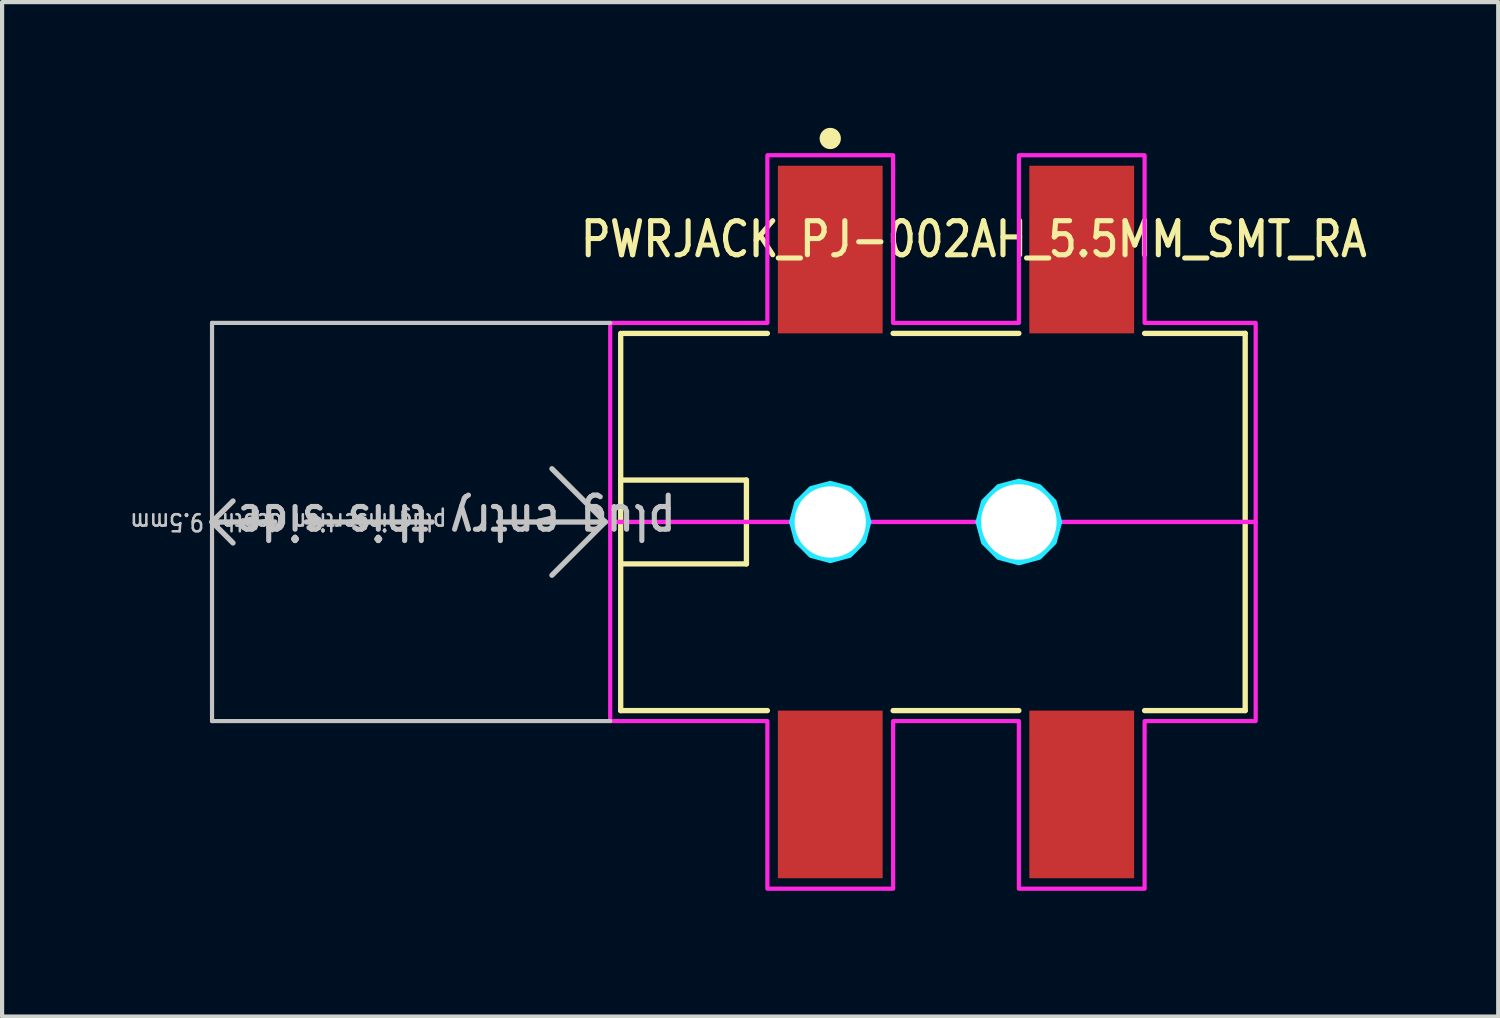
<source format=kicad_pcb>
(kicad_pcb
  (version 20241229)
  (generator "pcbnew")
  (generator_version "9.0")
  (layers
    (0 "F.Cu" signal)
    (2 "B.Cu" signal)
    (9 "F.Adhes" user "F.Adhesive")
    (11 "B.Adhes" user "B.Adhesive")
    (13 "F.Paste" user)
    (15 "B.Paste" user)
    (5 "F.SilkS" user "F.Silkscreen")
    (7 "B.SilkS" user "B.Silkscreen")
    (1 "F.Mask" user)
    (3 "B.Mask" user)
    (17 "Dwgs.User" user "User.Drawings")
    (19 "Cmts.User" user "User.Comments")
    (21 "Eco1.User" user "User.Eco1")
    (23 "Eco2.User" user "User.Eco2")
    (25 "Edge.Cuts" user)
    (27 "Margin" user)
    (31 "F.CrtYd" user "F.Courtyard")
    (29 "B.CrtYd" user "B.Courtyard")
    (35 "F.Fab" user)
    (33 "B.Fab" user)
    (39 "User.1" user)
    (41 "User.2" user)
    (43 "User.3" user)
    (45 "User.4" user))
  (footprint "PWRJACK_PJ-002AH_5.5MM_SMT_RA"
    (layer "F.Cu")
    (at 19.759 9.404)
    (property "Reference" "PWRJACK_PJ-002AH_5.5MM_SMT_RA" (at -9.02 -6.27 0) (unlocked yes) (layer "F.SilkS") (effects (font (size 0.813 0.695) (thickness 0.122)) (justify left bottom)))
    (fp_line (start -8 -4.5) (end -8 -1) (stroke (width 0.127) (type solid)) (layer "F.SilkS"))
    (fp_line (start -8 -1) (end -8 1) (stroke (width 0.127) (type solid)) (layer "F.SilkS"))
    (fp_line (start -8 -1) (end -5 -1) (stroke (width 0.127) (type solid)) (layer "F.SilkS"))
    (fp_line (start -8 1) (end -8 4.5) (stroke (width 0.127) (type solid)) (layer "F.SilkS"))
    (fp_line (start -7.95 -4.5) (end -4.5 -4.5) (stroke (width 0.127) (type solid)) (layer "F.SilkS"))
    (fp_line (start -5 -1) (end -5 1) (stroke (width 0.127) (type solid)) (layer "F.SilkS"))
    (fp_line (start -5 1) (end -8 1) (stroke (width 0.127) (type solid)) (layer "F.SilkS"))
    (fp_line (start -4.5 4.5) (end -8 4.5) (stroke (width 0.127) (type solid)) (layer "F.SilkS"))
    (fp_line (start -1.5 -4.5) (end 1.5 -4.5) (stroke (width 0.127) (type solid)) (layer "F.SilkS"))
    (fp_line (start 1.5 4.5) (end -1.5 4.5) (stroke (width 0.127) (type solid)) (layer "F.SilkS"))
    (fp_line (start 4.5 -4.5) (end 6.9 -4.5) (stroke (width 0.127) (type solid)) (layer "F.SilkS"))
    (fp_line (start 6.9 -4.5) (end 6.9 4.5) (stroke (width 0.127) (type solid)) (layer "F.SilkS"))
    (fp_line (start 6.9 4.5) (end 4.5 4.5) (stroke (width 0.127) (type solid)) (layer "F.SilkS"))
    (fp_circle (center -3 -9.15) (end -2.746 -9.15) (stroke (width 0) (type solid)) (fill yes) (layer "F.SilkS"))
    (fp_line (start -17.75 -4.75) (end -8.25 -4.75) (stroke (width 0.1) (type solid)) (layer "Dwgs.User"))
    (fp_line (start -17.75 0) (end -17.75 -4.75) (stroke (width 0.1) (type solid)) (layer "Dwgs.User"))
    (fp_line (start -17.75 0) (end -17.25 -0.5) (stroke (width 0.127) (type solid)) (layer "Dwgs.User"))
    (fp_line (start -17.75 0) (end -17.25 0.5) (stroke (width 0.127) (type solid)) (layer "Dwgs.User"))
    (fp_line (start -17.75 4.75) (end -17.75 0) (stroke (width 0.1) (type solid)) (layer "Dwgs.User"))
    (fp_line (start -16.25 0) (end -17.75 0) (stroke (width 0.127) (type solid)) (layer "Dwgs.User"))
    (fp_line (start -15.5 0) (end -12.5 0) (stroke (width 0.127) (type solid)) (layer "Dwgs.User"))
    (fp_line (start -10.91 0) (end -8.37 0) (stroke (width 0.127) (type solid)) (layer "Dwgs.User"))
    (fp_line (start -8.37 0) (end -9.64 -1.27) (stroke (width 0.127) (type solid)) (layer "Dwgs.User"))
    (fp_line (start -8.37 0) (end -9.64 1.27) (stroke (width 0.127) (type solid)) (layer "Dwgs.User"))
    (fp_line (start -8.25 4.75) (end -17.75 4.75) (stroke (width 0.1) (type solid)) (layer "Dwgs.User"))
    (fp_poly (pts (xy -3.932 0) (xy -3.807 -0.466) (xy -3.466 -0.807) (xy -3 -0.932) (xy -2.534 -0.807) (xy -2.193 -0.466) (xy -2.068 0) (xy -2.14 0) (xy -2.14 -0.000078) (xy -2.14 -0.013) (xy -2.14 -0.014) (xy -2.14 -0.027) (xy -2.14 -0.027) (xy -2.141 -0.04) (xy -2.141 -0.041) (xy -2.142 -0.054) (xy -2.142 -0.054) (xy -2.143 -0.067) (xy -2.143 -0.068) (xy -2.144 -0.081) (xy -2.144 -0.081) (xy -2.145 -0.094) (xy -2.145 -0.094) (xy -2.147 -0.108) (xy -2.147 -0.108) (xy -2.149 -0.121) (xy -2.149 -0.121) (xy -2.151 -0.134) (xy -2.151 -0.135) (xy -2.153 -0.148) (xy -2.153 -0.148) (xy -2.155 -0.161) (xy -2.155 -0.161) (xy -2.158 -0.174) (xy -2.158 -0.174) (xy -2.161 -0.188) (xy -2.161 -0.188) (xy -2.164 -0.201) (xy -2.164 -0.201) (xy -2.167 -0.214) (xy -2.167 -0.214) (xy -2.17 -0.227) (xy -2.171 -0.227) (xy -2.174 -0.24) (xy -2.174 -0.24) (xy -2.178 -0.253) (xy -2.178 -0.253) (xy -2.182 -0.266) (xy -2.182 -0.266) (xy -2.186 -0.278) (xy -2.186 -0.279) (xy -2.191 -0.291) (xy -2.191 -0.291) (xy -2.195 -0.304) (xy -2.196 -0.304) (xy -2.2 -0.317) (xy -2.2 -0.317) (xy -2.205 -0.329) (xy -2.205 -0.329) (xy -2.211 -0.341) (xy -2.211 -0.342) (xy -2.216 -0.354) (xy -2.216 -0.354) (xy -2.222 -0.366) (xy -2.222 -0.366) (xy -2.228 -0.378) (xy -2.228 -0.378) (xy -2.234 -0.39) (xy -2.234 -0.391) (xy -2.24 -0.402) (xy -2.24 -0.402) (xy -2.246 -0.414) (xy -2.246 -0.414) (xy -2.253 -0.426) (xy -2.253 -0.426) (xy -2.26 -0.438) (xy -2.26 -0.438) (xy -2.267 -0.449) (xy -2.267 -0.449) (xy -2.274 -0.461) (xy -2.274 -0.461) (xy -2.281 -0.472) (xy -2.281 -0.472) (xy -2.289 -0.483) (xy -2.289 -0.483) (xy -2.296 -0.494) (xy -2.296 -0.495) (xy -2.304 -0.505) (xy -2.304 -0.506) (xy -2.312 -0.516) (xy -2.312 -0.516) (xy -2.32 -0.527) (xy -2.321 -0.527) (xy -2.329 -0.538) (xy -2.329 -0.538) (xy -2.337 -0.548) (xy -2.337 -0.548) (xy -2.346 -0.558) (xy -2.346 -0.559) (xy -2.355 -0.569) (xy -2.355 -0.569) (xy -2.364 -0.579) (xy -2.364 -0.579) (xy -2.373 -0.589) (xy -2.373 -0.589) (xy -2.382 -0.598) (xy -2.382 -0.599) (xy -2.392 -0.608) (xy -2.392 -0.608) (xy -2.401 -0.618) (xy -2.402 -0.618) (xy -2.411 -0.627) (xy -2.411 -0.627) (xy -2.421 -0.636) (xy -2.421 -0.636) (xy -2.431 -0.645) (xy -2.431 -0.645) (xy -2.441 -0.654) (xy -2.442 -0.654) (xy -2.452 -0.663) (xy -2.452 -0.663) (xy -2.462 -0.671) (xy -2.462 -0.671) (xy -2.473 -0.679) (xy -2.473 -0.68) (xy -2.484 -0.688) (xy -2.484 -0.688) (xy -2.494 -0.696) (xy -2.495 -0.696) (xy -2.505 -0.704) (xy -2.506 -0.704) (xy -2.517 -0.711) (xy -2.517 -0.711) (xy -2.528 -0.719) (xy -2.528 -0.719) (xy -2.539 -0.726) (xy -2.539 -0.726) (xy -2.551 -0.733) (xy -2.551 -0.733) (xy -2.562 -0.74) (xy -2.562 -0.74) (xy -2.574 -0.747) (xy -2.574 -0.747) (xy -2.586 -0.754) (xy -2.586 -0.754) (xy -2.598 -0.76) (xy -2.598 -0.76) (xy -2.609 -0.766) (xy -2.61 -0.766) (xy -2.622 -0.772) (xy -2.622 -0.772) (xy -2.634 -0.778) (xy -2.634 -0.778) (xy -2.646 -0.784) (xy -2.646 -0.784) (xy -2.658 -0.789) (xy -2.659 -0.789) (xy -2.671 -0.795) (xy -2.671 -0.795) (xy -2.683 -0.8) (xy -2.683 -0.8) (xy -2.696 -0.804) (xy -2.696 -0.805) (xy -2.709 -0.809) (xy -2.709 -0.809) (xy -2.721 -0.814) (xy -2.722 -0.814) (xy -2.734 -0.818) (xy -2.734 -0.818) (xy -2.747 -0.822) (xy -2.747 -0.822) (xy -2.76 -0.826) (xy -2.76 -0.826) (xy -2.773 -0.829) (xy -2.773 -0.83) (xy -2.786 -0.833) (xy -2.786 -0.833) (xy -2.799 -0.836) (xy -2.799 -0.836) (xy -2.812 -0.839) (xy -2.812 -0.839) (xy -2.826 -0.842) (xy -2.826 -0.842) (xy -2.839 -0.845) (xy -2.839 -0.845) (xy -2.852 -0.847) (xy -2.852 -0.847) (xy -2.865 -0.849) (xy -2.866 -0.849) (xy -2.879 -0.851) (xy -2.879 -0.851) (xy -2.892 -0.853) (xy -2.892 -0.853) (xy -2.906 -0.855) (xy -2.906 -0.855) (xy -2.919 -0.856) (xy -2.919 -0.856) (xy -2.932 -0.857) (xy -2.933 -0.857) (xy -2.946 -0.858) (xy -2.946 -0.858) (xy -2.959 -0.859) (xy -2.96 -0.859) (xy -2.973 -0.86) (xy -2.973 -0.86) (xy -2.986 -0.86) (xy -2.987 -0.86) (xy -3 -0.86) (xy -3 -0.86) (xy -3.013 -0.86) (xy -3.014 -0.86) (xy -3.027 -0.86) (xy -3.027 -0.86) (xy -3.04 -0.859) (xy -3.041 -0.859) (xy -3.054 -0.858) (xy -3.054 -0.858) (xy -3.067 -0.857) (xy -3.068 -0.857) (xy -3.081 -0.856) (xy -3.081 -0.856) (xy -3.094 -0.855) (xy -3.094 -0.855) (xy -3.108 -0.853) (xy -3.108 -0.853) (xy -3.121 -0.851) (xy -3.121 -0.851) (xy -3.134 -0.849) (xy -3.135 -0.849) (xy -3.148 -0.847) (xy -3.148 -0.847) (xy -3.161 -0.845) (xy -3.161 -0.845) (xy -3.174 -0.842) (xy -3.174 -0.842) (xy -3.188 -0.839) (xy -3.188 -0.839) (xy -3.201 -0.836) (xy -3.201 -0.836) (xy -3.214 -0.833) (xy -3.214 -0.833) (xy -3.227 -0.83) (xy -3.227 -0.829) (xy -3.24 -0.826) (xy -3.24 -0.826) (xy -3.253 -0.822) (xy -3.253 -0.822) (xy -3.266 -0.818) (xy -3.266 -0.818) (xy -3.278 -0.814) (xy -3.279 -0.814) (xy -3.291 -0.809) (xy -3.291 -0.809) (xy -3.304 -0.805) (xy -3.304 -0.804) (xy -3.317 -0.8) (xy -3.317 -0.8) (xy -3.329 -0.795) (xy -3.329 -0.795) (xy -3.341 -0.789) (xy -3.342 -0.789) (xy -3.354 -0.784) (xy -3.354 -0.784) (xy -3.366 -0.778) (xy -3.366 -0.778) (xy -3.378 -0.772) (xy -3.378 -0.772) (xy -3.39 -0.766) (xy -3.391 -0.766) (xy -3.402 -0.76) (xy -3.402 -0.76) (xy -3.414 -0.754) (xy -3.414 -0.754) (xy -3.426 -0.747) (xy -3.426 -0.747) (xy -3.438 -0.74) (xy -3.438 -0.74) (xy -3.449 -0.733) (xy -3.449 -0.733) (xy -3.461 -0.726) (xy -3.461 -0.726) (xy -3.472 -0.719) (xy -3.472 -0.719) (xy -3.483 -0.711) (xy -3.483 -0.711) (xy -3.494 -0.704) (xy -3.495 -0.704) (xy -3.505 -0.696) (xy -3.506 -0.696) (xy -3.516 -0.688) (xy -3.516 -0.688) (xy -3.527 -0.68) (xy -3.527 -0.679) (xy -3.538 -0.671) (xy -3.538 -0.671) (xy -3.548 -0.663) (xy -3.548 -0.663) (xy -3.558 -0.654) (xy -3.559 -0.654) (xy -3.569 -0.645) (xy -3.569 -0.645) (xy -3.579 -0.636) (xy -3.579 -0.636) (xy -3.589 -0.627) (xy -3.589 -0.627) (xy -3.598 -0.618) (xy -3.599 -0.618) (xy -3.608 -0.608) (xy -3.608 -0.608) (xy -3.618 -0.599) (xy -3.618 -0.598) (xy -3.627 -0.589) (xy -3.627 -0.589) (xy -3.636 -0.579) (xy -3.636 -0.579) (xy -3.645 -0.569) (xy -3.645 -0.569) (xy -3.654 -0.559) (xy -3.654 -0.558) (xy -3.663 -0.548) (xy -3.663 -0.548) (xy -3.671 -0.538) (xy -3.671 -0.538) (xy -3.679 -0.527) (xy -3.68 -0.527) (xy -3.688 -0.516) (xy -3.688 -0.516) (xy -3.696 -0.506) (xy -3.696 -0.505) (xy -3.704 -0.495) (xy -3.704 -0.494) (xy -3.711 -0.483) (xy -3.711 -0.483) (xy -3.719 -0.472) (xy -3.719 -0.472) (xy -3.726 -0.461) (xy -3.726 -0.461) (xy -3.733 -0.449) (xy -3.733 -0.449) (xy -3.74 -0.438) (xy -3.74 -0.438) (xy -3.747 -0.426) (xy -3.747 -0.426) (xy -3.754 -0.414) (xy -3.754 -0.414) (xy -3.76 -0.402) (xy -3.76 -0.402) (xy -3.766 -0.391) (xy -3.766 -0.39) (xy -3.772 -0.378) (xy -3.772 -0.378) (xy -3.778 -0.366) (xy -3.778 -0.366) (xy -3.784 -0.354) (xy -3.784 -0.354) (xy -3.789 -0.342) (xy -3.789 -0.341) (xy -3.795 -0.329) (xy -3.795 -0.329) (xy -3.8 -0.317) (xy -3.8 -0.317) (xy -3.804 -0.304) (xy -3.805 -0.304) (xy -3.809 -0.291) (xy -3.809 -0.291) (xy -3.814 -0.279) (xy -3.814 -0.278) (xy -3.818 -0.266) (xy -3.818 -0.266) (xy -3.822 -0.253) (xy -3.822 -0.253) (xy -3.826 -0.24) (xy -3.826 -0.24) (xy -3.829 -0.227) (xy -3.83 -0.227) (xy -3.833 -0.214) (xy -3.833 -0.214) (xy -3.836 -0.201) (xy -3.836 -0.201) (xy -3.839 -0.188) (xy -3.839 -0.188) (xy -3.842 -0.174) (xy -3.842 -0.174) (xy -3.845 -0.161) (xy -3.845 -0.161) (xy -3.847 -0.148) (xy -3.847 -0.148) (xy -3.849 -0.135) (xy -3.849 -0.134) (xy -3.851 -0.121) (xy -3.851 -0.121) (xy -3.853 -0.108) (xy -3.853 -0.108) (xy -3.855 -0.094) (xy -3.855 -0.094) (xy -3.856 -0.081) (xy -3.856 -0.081) (xy -3.857 -0.068) (xy -3.857 -0.067) (xy -3.858 -0.054) (xy -3.858 -0.054) (xy -3.859 -0.041) (xy -3.859 -0.04) (xy -3.86 -0.027) (xy -3.86 -0.027) (xy -3.86 -0.014) (xy -3.86 -0.013) (xy -3.86 -0.000078) (xy -3.86 0)) (stroke (width 0.1) (type solid)) (fill no) (layer "B.CrtYd"))
    (fp_poly (pts (xy -2.193 0.466) (xy -2.534 0.807) (xy -3 0.932) (xy -3.466 0.807) (xy -3.807 0.466) (xy -3.932 0) (xy -3.86 0) (xy -3.86 0.000078) (xy -3.86 0.013) (xy -3.86 0.014) (xy -3.86 0.027) (xy -3.86 0.027) (xy -3.859 0.04) (xy -3.859 0.041) (xy -3.858 0.054) (xy -3.858 0.054) (xy -3.857 0.067) (xy -3.857 0.068) (xy -3.856 0.081) (xy -3.856 0.081) (xy -3.855 0.094) (xy -3.855 0.094) (xy -3.853 0.108) (xy -3.853 0.108) (xy -3.851 0.121) (xy -3.851 0.121) (xy -3.849 0.134) (xy -3.849 0.135) (xy -3.847 0.148) (xy -3.847 0.148) (xy -3.845 0.161) (xy -3.845 0.161) (xy -3.842 0.174) (xy -3.842 0.174) (xy -3.839 0.188) (xy -3.839 0.188) (xy -3.836 0.201) (xy -3.836 0.201) (xy -3.833 0.214) (xy -3.833 0.214) (xy -3.83 0.227) (xy -3.829 0.227) (xy -3.826 0.24) (xy -3.826 0.24) (xy -3.822 0.253) (xy -3.822 0.253) (xy -3.818 0.266) (xy -3.818 0.266) (xy -3.814 0.278) (xy -3.814 0.279) (xy -3.809 0.291) (xy -3.809 0.291) (xy -3.805 0.304) (xy -3.804 0.304) (xy -3.8 0.317) (xy -3.8 0.317) (xy -3.795 0.329) (xy -3.795 0.329) (xy -3.789 0.341) (xy -3.789 0.342) (xy -3.784 0.354) (xy -3.784 0.354) (xy -3.778 0.366) (xy -3.778 0.366) (xy -3.772 0.378) (xy -3.772 0.378) (xy -3.766 0.39) (xy -3.766 0.391) (xy -3.76 0.402) (xy -3.76 0.402) (xy -3.754 0.414) (xy -3.754 0.414) (xy -3.747 0.426) (xy -3.747 0.426) (xy -3.74 0.438) (xy -3.74 0.438) (xy -3.733 0.449) (xy -3.733 0.449) (xy -3.726 0.461) (xy -3.726 0.461) (xy -3.719 0.472) (xy -3.719 0.472) (xy -3.711 0.483) (xy -3.711 0.483) (xy -3.704 0.494) (xy -3.704 0.495) (xy -3.696 0.505) (xy -3.696 0.506) (xy -3.688 0.516) (xy -3.688 0.516) (xy -3.68 0.527) (xy -3.679 0.527) (xy -3.671 0.538) (xy -3.671 0.538) (xy -3.663 0.548) (xy -3.663 0.548) (xy -3.654 0.558) (xy -3.654 0.559) (xy -3.645 0.569) (xy -3.645 0.569) (xy -3.636 0.579) (xy -3.636 0.579) (xy -3.627 0.589) (xy -3.627 0.589) (xy -3.618 0.598) (xy -3.618 0.599) (xy -3.608 0.608) (xy -3.608 0.608) (xy -3.599 0.618) (xy -3.598 0.618) (xy -3.589 0.627) (xy -3.589 0.627) (xy -3.579 0.636) (xy -3.579 0.636) (xy -3.569 0.645) (xy -3.569 0.645) (xy -3.559 0.654) (xy -3.558 0.654) (xy -3.548 0.663) (xy -3.548 0.663) (xy -3.538 0.671) (xy -3.538 0.671) (xy -3.527 0.679) (xy -3.527 0.68) (xy -3.516 0.688) (xy -3.516 0.688) (xy -3.506 0.696) (xy -3.505 0.696) (xy -3.495 0.704) (xy -3.494 0.704) (xy -3.483 0.711) (xy -3.483 0.711) (xy -3.472 0.719) (xy -3.472 0.719) (xy -3.461 0.726) (xy -3.461 0.726) (xy -3.449 0.733) (xy -3.449 0.733) (xy -3.438 0.74) (xy -3.438 0.74) (xy -3.426 0.747) (xy -3.426 0.747) (xy -3.414 0.754) (xy -3.414 0.754) (xy -3.402 0.76) (xy -3.402 0.76) (xy -3.391 0.766) (xy -3.39 0.766) (xy -3.378 0.772) (xy -3.378 0.772) (xy -3.366 0.778) (xy -3.366 0.778) (xy -3.354 0.784) (xy -3.354 0.784) (xy -3.342 0.789) (xy -3.341 0.789) (xy -3.329 0.795) (xy -3.329 0.795) (xy -3.317 0.8) (xy -3.317 0.8) (xy -3.304 0.804) (xy -3.304 0.805) (xy -3.291 0.809) (xy -3.291 0.809) (xy -3.279 0.814) (xy -3.278 0.814) (xy -3.266 0.818) (xy -3.266 0.818) (xy -3.253 0.822) (xy -3.253 0.822) (xy -3.24 0.826) (xy -3.24 0.826) (xy -3.227 0.829) (xy -3.227 0.83) (xy -3.214 0.833) (xy -3.214 0.833) (xy -3.201 0.836) (xy -3.201 0.836) (xy -3.188 0.839) (xy -3.188 0.839) (xy -3.174 0.842) (xy -3.174 0.842) (xy -3.161 0.845) (xy -3.161 0.845) (xy -3.148 0.847) (xy -3.148 0.847) (xy -3.135 0.849) (xy -3.134 0.849) (xy -3.121 0.851) (xy -3.121 0.851) (xy -3.108 0.853) (xy -3.108 0.853) (xy -3.094 0.855) (xy -3.094 0.855) (xy -3.081 0.856) (xy -3.081 0.856) (xy -3.068 0.857) (xy -3.067 0.857) (xy -3.054 0.858) (xy -3.054 0.858) (xy -3.041 0.859) (xy -3.04 0.859) (xy -3.027 0.86) (xy -3.027 0.86) (xy -3.014 0.86) (xy -3.013 0.86) (xy -3 0.86) (xy -3 0.86) (xy -2.987 0.86) (xy -2.986 0.86) (xy -2.973 0.86) (xy -2.973 0.86) (xy -2.96 0.859) (xy -2.959 0.859) (xy -2.946 0.858) (xy -2.946 0.858) (xy -2.933 0.857) (xy -2.932 0.857) (xy -2.919 0.856) (xy -2.919 0.856) (xy -2.906 0.855) (xy -2.906 0.855) (xy -2.892 0.853) (xy -2.892 0.853) (xy -2.879 0.851) (xy -2.879 0.851) (xy -2.866 0.849) (xy -2.865 0.849) (xy -2.852 0.847) (xy -2.852 0.847) (xy -2.839 0.845) (xy -2.839 0.845) (xy -2.826 0.842) (xy -2.826 0.842) (xy -2.812 0.839) (xy -2.812 0.839) (xy -2.799 0.836) (xy -2.799 0.836) (xy -2.786 0.833) (xy -2.786 0.833) (xy -2.773 0.83) (xy -2.773 0.829) (xy -2.76 0.826) (xy -2.76 0.826) (xy -2.747 0.822) (xy -2.747 0.822) (xy -2.734 0.818) (xy -2.734 0.818) (xy -2.722 0.814) (xy -2.721 0.814) (xy -2.709 0.809) (xy -2.709 0.809) (xy -2.696 0.805) (xy -2.696 0.804) (xy -2.683 0.8) (xy -2.683 0.8) (xy -2.671 0.795) (xy -2.671 0.795) (xy -2.659 0.789) (xy -2.658 0.789) (xy -2.646 0.784) (xy -2.646 0.784) (xy -2.634 0.778) (xy -2.634 0.778) (xy -2.622 0.772) (xy -2.622 0.772) (xy -2.61 0.766) (xy -2.609 0.766) (xy -2.598 0.76) (xy -2.598 0.76) (xy -2.586 0.754) (xy -2.586 0.754) (xy -2.574 0.747) (xy -2.574 0.747) (xy -2.562 0.74) (xy -2.562 0.74) (xy -2.551 0.733) (xy -2.551 0.733) (xy -2.539 0.726) (xy -2.539 0.726) (xy -2.528 0.719) (xy -2.528 0.719) (xy -2.517 0.711) (xy -2.517 0.711) (xy -2.506 0.704) (xy -2.505 0.704) (xy -2.495 0.696) (xy -2.494 0.696) (xy -2.484 0.688) (xy -2.484 0.688) (xy -2.473 0.68) (xy -2.473 0.679) (xy -2.462 0.671) (xy -2.462 0.671) (xy -2.452 0.663) (xy -2.452 0.663) (xy -2.442 0.654) (xy -2.441 0.654) (xy -2.431 0.645) (xy -2.431 0.645) (xy -2.421 0.636) (xy -2.421 0.636) (xy -2.411 0.627) (xy -2.411 0.627) (xy -2.402 0.618) (xy -2.401 0.618) (xy -2.392 0.608) (xy -2.392 0.608) (xy -2.382 0.599) (xy -2.382 0.598) (xy -2.373 0.589) (xy -2.373 0.589) (xy -2.364 0.579) (xy -2.364 0.579) (xy -2.355 0.569) (xy -2.355 0.569) (xy -2.346 0.559) (xy -2.346 0.558) (xy -2.337 0.548) (xy -2.337 0.548) (xy -2.329 0.538) (xy -2.329 0.538) (xy -2.321 0.527) (xy -2.32 0.527) (xy -2.312 0.516) (xy -2.312 0.516) (xy -2.304 0.506) (xy -2.304 0.505) (xy -2.296 0.495) (xy -2.296 0.494) (xy -2.289 0.483) (xy -2.289 0.483) (xy -2.281 0.472) (xy -2.281 0.472) (xy -2.274 0.461) (xy -2.274 0.461) (xy -2.267 0.449) (xy -2.267 0.449) (xy -2.26 0.438) (xy -2.26 0.438) (xy -2.253 0.426) (xy -2.253 0.426) (xy -2.246 0.414) (xy -2.246 0.414) (xy -2.24 0.402) (xy -2.24 0.402) (xy -2.234 0.391) (xy -2.234 0.39) (xy -2.228 0.378) (xy -2.228 0.378) (xy -2.222 0.366) (xy -2.222 0.366) (xy -2.216 0.354) (xy -2.216 0.354) (xy -2.211 0.342) (xy -2.211 0.341) (xy -2.205 0.329) (xy -2.205 0.329) (xy -2.2 0.317) (xy -2.2 0.317) (xy -2.196 0.304) (xy -2.195 0.304) (xy -2.191 0.291) (xy -2.191 0.291) (xy -2.186 0.279) (xy -2.186 0.278) (xy -2.182 0.266) (xy -2.182 0.266) (xy -2.178 0.253) (xy -2.178 0.253) (xy -2.174 0.24) (xy -2.174 0.24) (xy -2.171 0.227) (xy -2.17 0.227) (xy -2.167 0.214) (xy -2.167 0.214) (xy -2.164 0.201) (xy -2.164 0.201) (xy -2.161 0.188) (xy -2.161 0.188) (xy -2.158 0.174) (xy -2.158 0.174) (xy -2.155 0.161) (xy -2.155 0.161) (xy -2.153 0.148) (xy -2.153 0.148) (xy -2.151 0.135) (xy -2.151 0.134) (xy -2.149 0.121) (xy -2.149 0.121) (xy -2.147 0.108) (xy -2.147 0.108) (xy -2.145 0.094) (xy -2.145 0.094) (xy -2.144 0.081) (xy -2.144 0.081) (xy -2.143 0.068) (xy -2.143 0.067) (xy -2.142 0.054) (xy -2.142 0.054) (xy -2.141 0.041) (xy -2.141 0.04) (xy -2.14 0.027) (xy -2.14 0.027) (xy -2.14 0.014) (xy -2.14 0.013) (xy -2.14 0.000078) (xy -2.14 0) (xy -2.068 0)) (stroke (width 0.1) (type solid)) (fill no) (layer "B.CrtYd"))
    (fp_poly (pts (xy 0.516 0) (xy 0.648 -0.492) (xy 1.008 -0.852) (xy 1.5 -0.984) (xy 1.992 -0.852) (xy 2.352 -0.492) (xy 2.484 0) (xy 2.41 0) (xy 2.41 -0.000078) (xy 2.41 -0.014) (xy 2.41 -0.014) (xy 2.41 -0.029) (xy 2.41 -0.029) (xy 2.409 -0.043) (xy 2.409 -0.043) (xy 2.408 -0.057) (xy 2.408 -0.057) (xy 2.407 -0.071) (xy 2.407 -0.071) (xy 2.406 -0.086) (xy 2.406 -0.086) (xy 2.405 -0.1) (xy 2.404 -0.1) (xy 2.403 -0.114) (xy 2.403 -0.114) (xy 2.401 -0.128) (xy 2.401 -0.128) (xy 2.399 -0.142) (xy 2.399 -0.142) (xy 2.396 -0.156) (xy 2.396 -0.157) (xy 2.394 -0.17) (xy 2.394 -0.171) (xy 2.391 -0.184) (xy 2.391 -0.185) (xy 2.388 -0.198) (xy 2.388 -0.199) (xy 2.385 -0.212) (xy 2.385 -0.213) (xy 2.381 -0.226) (xy 2.381 -0.226) (xy 2.378 -0.24) (xy 2.378 -0.24) (xy 2.374 -0.254) (xy 2.374 -0.254) (xy 2.37 -0.268) (xy 2.37 -0.268) (xy 2.365 -0.281) (xy 2.365 -0.281) (xy 2.361 -0.295) (xy 2.361 -0.295) (xy 2.356 -0.308) (xy 2.356 -0.308) (xy 2.351 -0.322) (xy 2.351 -0.322) (xy 2.346 -0.335) (xy 2.346 -0.335) (xy 2.341 -0.348) (xy 2.341 -0.348) (xy 2.335 -0.361) (xy 2.335 -0.361) (xy 2.329 -0.374) (xy 2.329 -0.375) (xy 2.323 -0.387) (xy 2.323 -0.388) (xy 2.317 -0.4) (xy 2.317 -0.4) (xy 2.311 -0.413) (xy 2.311 -0.413) (xy 2.304 -0.426) (xy 2.304 -0.426) (xy 2.297 -0.438) (xy 2.297 -0.438) (xy 2.29 -0.451) (xy 2.29 -0.451) (xy 2.283 -0.463) (xy 2.283 -0.463) (xy 2.276 -0.475) (xy 2.276 -0.476) (xy 2.268 -0.488) (xy 2.268 -0.488) (xy 2.261 -0.5) (xy 2.261 -0.5) (xy 2.253 -0.511) (xy 2.253 -0.512) (xy 2.245 -0.523) (xy 2.244 -0.523) (xy 2.236 -0.535) (xy 2.236 -0.535) (xy 2.228 -0.546) (xy 2.228 -0.546) (xy 2.219 -0.558) (xy 2.219 -0.558) (xy 2.21 -0.569) (xy 2.21 -0.569) (xy 2.201 -0.58) (xy 2.201 -0.58) (xy 2.192 -0.591) (xy 2.192 -0.591) (xy 2.183 -0.602) (xy 2.183 -0.602) (xy 2.173 -0.612) (xy 2.173 -0.613) (xy 2.163 -0.623) (xy 2.163 -0.623) (xy 2.154 -0.633) (xy 2.153 -0.633) (xy 2.144 -0.643) (xy 2.143 -0.644) (xy 2.133 -0.653) (xy 2.133 -0.654) (xy 2.123 -0.663) (xy 2.123 -0.663) (xy 2.112 -0.673) (xy 2.112 -0.673) (xy 2.102 -0.683) (xy 2.102 -0.683) (xy 2.091 -0.692) (xy 2.091 -0.692) (xy 2.08 -0.701) (xy 2.08 -0.701) (xy 2.069 -0.71) (xy 2.069 -0.71) (xy 2.058 -0.719) (xy 2.058 -0.719) (xy 2.046 -0.728) (xy 2.046 -0.728) (xy 2.035 -0.736) (xy 2.035 -0.736) (xy 2.023 -0.744) (xy 2.023 -0.745) (xy 2.012 -0.753) (xy 2.011 -0.753) (xy 2 -0.761) (xy 2 -0.761) (xy 1.988 -0.768) (xy 1.988 -0.768) (xy 1.976 -0.776) (xy 1.975 -0.776) (xy 1.963 -0.783) (xy 1.963 -0.783) (xy 1.951 -0.79) (xy 1.951 -0.79) (xy 1.938 -0.797) (xy 1.938 -0.797) (xy 1.926 -0.804) (xy 1.926 -0.804) (xy 1.913 -0.811) (xy 1.913 -0.811) (xy 1.9 -0.817) (xy 1.9 -0.817) (xy 1.888 -0.823) (xy 1.887 -0.823) (xy 1.875 -0.829) (xy 1.874 -0.829) (xy 1.861 -0.835) (xy 1.861 -0.835) (xy 1.848 -0.841) (xy 1.848 -0.841) (xy 1.835 -0.846) (xy 1.835 -0.846) (xy 1.822 -0.851) (xy 1.822 -0.851) (xy 1.808 -0.856) (xy 1.808 -0.856) (xy 1.795 -0.861) (xy 1.795 -0.861) (xy 1.781 -0.865) (xy 1.781 -0.865) (xy 1.768 -0.87) (xy 1.768 -0.87) (xy 1.754 -0.874) (xy 1.754 -0.874) (xy 1.74 -0.878) (xy 1.74 -0.878) (xy 1.726 -0.881) (xy 1.726 -0.881) (xy 1.713 -0.885) (xy 1.712 -0.885) (xy 1.699 -0.888) (xy 1.698 -0.888) (xy 1.685 -0.891) (xy 1.684 -0.891) (xy 1.671 -0.894) (xy 1.67 -0.894) (xy 1.657 -0.896) (xy 1.656 -0.896) (xy 1.642 -0.899) (xy 1.642 -0.899) (xy 1.628 -0.901) (xy 1.628 -0.901) (xy 1.614 -0.903) (xy 1.614 -0.903) (xy 1.6 -0.904) (xy 1.6 -0.905) (xy 1.586 -0.906) (xy 1.586 -0.906) (xy 1.571 -0.907) (xy 1.571 -0.907) (xy 1.557 -0.908) (xy 1.557 -0.908) (xy 1.543 -0.909) (xy 1.543 -0.909) (xy 1.529 -0.91) (xy 1.529 -0.91) (xy 1.514 -0.91) (xy 1.514 -0.91) (xy 1.5 -0.91) (xy 1.5 -0.91) (xy 1.486 -0.91) (xy 1.486 -0.91) (xy 1.471 -0.91) (xy 1.471 -0.91) (xy 1.457 -0.909) (xy 1.457 -0.909) (xy 1.443 -0.908) (xy 1.443 -0.908) (xy 1.429 -0.907) (xy 1.429 -0.907) (xy 1.414 -0.906) (xy 1.414 -0.906) (xy 1.4 -0.905) (xy 1.4 -0.904) (xy 1.386 -0.903) (xy 1.386 -0.903) (xy 1.372 -0.901) (xy 1.372 -0.901) (xy 1.358 -0.899) (xy 1.358 -0.899) (xy 1.344 -0.896) (xy 1.343 -0.896) (xy 1.33 -0.894) (xy 1.329 -0.894) (xy 1.316 -0.891) (xy 1.315 -0.891) (xy 1.302 -0.888) (xy 1.301 -0.888) (xy 1.288 -0.885) (xy 1.287 -0.885) (xy 1.274 -0.881) (xy 1.274 -0.881) (xy 1.26 -0.878) (xy 1.26 -0.878) (xy 1.246 -0.874) (xy 1.246 -0.874) (xy 1.232 -0.87) (xy 1.232 -0.87) (xy 1.219 -0.865) (xy 1.219 -0.865) (xy 1.205 -0.861) (xy 1.205 -0.861) (xy 1.192 -0.856) (xy 1.192 -0.856) (xy 1.178 -0.851) (xy 1.178 -0.851) (xy 1.165 -0.846) (xy 1.165 -0.846) (xy 1.152 -0.841) (xy 1.152 -0.841) (xy 1.139 -0.835) (xy 1.139 -0.835) (xy 1.126 -0.829) (xy 1.125 -0.829) (xy 1.113 -0.823) (xy 1.112 -0.823) (xy 1.1 -0.817) (xy 1.1 -0.817) (xy 1.087 -0.811) (xy 1.087 -0.811) (xy 1.074 -0.804) (xy 1.074 -0.804) (xy 1.062 -0.797) (xy 1.062 -0.797) (xy 1.049 -0.79) (xy 1.049 -0.79) (xy 1.037 -0.783) (xy 1.037 -0.783) (xy 1.025 -0.776) (xy 1.024 -0.776) (xy 1.012 -0.768) (xy 1.012 -0.768) (xy 1 -0.761) (xy 1 -0.761) (xy 0.989 -0.753) (xy 0.988 -0.753) (xy 0.977 -0.745) (xy 0.977 -0.744) (xy 0.965 -0.736) (xy 0.965 -0.736) (xy 0.954 -0.728) (xy 0.954 -0.728) (xy 0.942 -0.719) (xy 0.942 -0.719) (xy 0.931 -0.71) (xy 0.931 -0.71) (xy 0.92 -0.701) (xy 0.92 -0.701) (xy 0.909 -0.692) (xy 0.909 -0.692) (xy 0.898 -0.683) (xy 0.898 -0.683) (xy 0.888 -0.673) (xy 0.887 -0.673) (xy 0.877 -0.663) (xy 0.877 -0.663) (xy 0.867 -0.654) (xy 0.867 -0.653) (xy 0.857 -0.644) (xy 0.856 -0.643) (xy 0.847 -0.633) (xy 0.846 -0.633) (xy 0.837 -0.623) (xy 0.837 -0.623) (xy 0.827 -0.613) (xy 0.827 -0.612) (xy 0.817 -0.602) (xy 0.817 -0.602) (xy 0.808 -0.591) (xy 0.808 -0.591) (xy 0.799 -0.58) (xy 0.799 -0.58) (xy 0.79 -0.569) (xy 0.79 -0.569) (xy 0.781 -0.558) (xy 0.781 -0.558) (xy 0.772 -0.546) (xy 0.772 -0.546) (xy 0.764 -0.535) (xy 0.764 -0.535) (xy 0.756 -0.523) (xy 0.755 -0.523) (xy 0.747 -0.512) (xy 0.747 -0.511) (xy 0.739 -0.5) (xy 0.739 -0.5) (xy 0.732 -0.488) (xy 0.732 -0.488) (xy 0.724 -0.476) (xy 0.724 -0.475) (xy 0.717 -0.463) (xy 0.717 -0.463) (xy 0.71 -0.451) (xy 0.71 -0.451) (xy 0.703 -0.438) (xy 0.703 -0.438) (xy 0.696 -0.426) (xy 0.696 -0.426) (xy 0.689 -0.413) (xy 0.689 -0.413) (xy 0.683 -0.4) (xy 0.683 -0.4) (xy 0.677 -0.388) (xy 0.677 -0.387) (xy 0.671 -0.375) (xy 0.671 -0.374) (xy 0.665 -0.361) (xy 0.665 -0.361) (xy 0.659 -0.348) (xy 0.659 -0.348) (xy 0.654 -0.335) (xy 0.654 -0.335) (xy 0.649 -0.322) (xy 0.649 -0.322) (xy 0.644 -0.308) (xy 0.644 -0.308) (xy 0.639 -0.295) (xy 0.639 -0.295) (xy 0.635 -0.281) (xy 0.635 -0.281) (xy 0.63 -0.268) (xy 0.63 -0.268) (xy 0.626 -0.254) (xy 0.626 -0.254) (xy 0.622 -0.24) (xy 0.622 -0.24) (xy 0.619 -0.226) (xy 0.619 -0.226) (xy 0.615 -0.213) (xy 0.615 -0.212) (xy 0.612 -0.199) (xy 0.612 -0.198) (xy 0.609 -0.185) (xy 0.609 -0.184) (xy 0.606 -0.171) (xy 0.606 -0.17) (xy 0.604 -0.157) (xy 0.604 -0.156) (xy 0.601 -0.142) (xy 0.601 -0.142) (xy 0.599 -0.128) (xy 0.599 -0.128) (xy 0.597 -0.114) (xy 0.597 -0.114) (xy 0.596 -0.1) (xy 0.595 -0.1) (xy 0.594 -0.086) (xy 0.594 -0.086) (xy 0.593 -0.071) (xy 0.593 -0.071) (xy 0.592 -0.057) (xy 0.592 -0.057) (xy 0.591 -0.043) (xy 0.591 -0.043) (xy 0.59 -0.029) (xy 0.59 -0.029) (xy 0.59 -0.014) (xy 0.59 -0.014) (xy 0.59 -0.000078) (xy 0.59 0)) (stroke (width 0.1) (type solid)) (fill no) (layer "B.CrtYd"))
    (fp_poly (pts (xy 2.352 0.492) (xy 1.992 0.852) (xy 1.5 0.984) (xy 1.008 0.852) (xy 0.648 0.492) (xy 0.516 0) (xy 0.59 0) (xy 0.59 0.000078) (xy 0.59 0.014) (xy 0.59 0.014) (xy 0.59 0.029) (xy 0.59 0.029) (xy 0.591 0.043) (xy 0.591 0.043) (xy 0.592 0.057) (xy 0.592 0.057) (xy 0.593 0.071) (xy 0.593 0.071) (xy 0.594 0.086) (xy 0.594 0.086) (xy 0.595 0.1) (xy 0.596 0.1) (xy 0.597 0.114) (xy 0.597 0.114) (xy 0.599 0.128) (xy 0.599 0.128) (xy 0.601 0.142) (xy 0.601 0.142) (xy 0.604 0.156) (xy 0.604 0.157) (xy 0.606 0.17) (xy 0.606 0.171) (xy 0.609 0.184) (xy 0.609 0.185) (xy 0.612 0.198) (xy 0.612 0.199) (xy 0.615 0.212) (xy 0.615 0.213) (xy 0.619 0.226) (xy 0.619 0.226) (xy 0.622 0.24) (xy 0.622 0.24) (xy 0.626 0.254) (xy 0.626 0.254) (xy 0.63 0.268) (xy 0.63 0.268) (xy 0.635 0.281) (xy 0.635 0.281) (xy 0.639 0.295) (xy 0.639 0.295) (xy 0.644 0.308) (xy 0.644 0.308) (xy 0.649 0.322) (xy 0.649 0.322) (xy 0.654 0.335) (xy 0.654 0.335) (xy 0.659 0.348) (xy 0.659 0.348) (xy 0.665 0.361) (xy 0.665 0.361) (xy 0.671 0.374) (xy 0.671 0.375) (xy 0.677 0.387) (xy 0.677 0.388) (xy 0.683 0.4) (xy 0.683 0.4) (xy 0.689 0.413) (xy 0.689 0.413) (xy 0.696 0.426) (xy 0.696 0.426) (xy 0.703 0.438) (xy 0.703 0.438) (xy 0.71 0.451) (xy 0.71 0.451) (xy 0.717 0.463) (xy 0.717 0.463) (xy 0.724 0.475) (xy 0.724 0.476) (xy 0.732 0.488) (xy 0.732 0.488) (xy 0.739 0.5) (xy 0.739 0.5) (xy 0.747 0.511) (xy 0.747 0.512) (xy 0.755 0.523) (xy 0.756 0.523) (xy 0.764 0.535) (xy 0.764 0.535) (xy 0.772 0.546) (xy 0.772 0.546) (xy 0.781 0.558) (xy 0.781 0.558) (xy 0.79 0.569) (xy 0.79 0.569) (xy 0.799 0.58) (xy 0.799 0.58) (xy 0.808 0.591) (xy 0.808 0.591) (xy 0.817 0.602) (xy 0.817 0.602) (xy 0.827 0.612) (xy 0.827 0.613) (xy 0.837 0.623) (xy 0.837 0.623) (xy 0.846 0.633) (xy 0.847 0.633) (xy 0.856 0.643) (xy 0.857 0.644) (xy 0.867 0.653) (xy 0.867 0.654) (xy 0.877 0.663) (xy 0.877 0.663) (xy 0.887 0.673) (xy 0.888 0.673) (xy 0.898 0.683) (xy 0.898 0.683) (xy 0.909 0.692) (xy 0.909 0.692) (xy 0.92 0.701) (xy 0.92 0.701) (xy 0.931 0.71) (xy 0.931 0.71) (xy 0.942 0.719) (xy 0.942 0.719) (xy 0.954 0.728) (xy 0.954 0.728) (xy 0.965 0.736) (xy 0.965 0.736) (xy 0.977 0.744) (xy 0.977 0.745) (xy 0.988 0.753) (xy 0.989 0.753) (xy 1 0.761) (xy 1 0.761) (xy 1.012 0.768) (xy 1.012 0.768) (xy 1.024 0.776) (xy 1.025 0.776) (xy 1.037 0.783) (xy 1.037 0.783) (xy 1.049 0.79) (xy 1.049 0.79) (xy 1.062 0.797) (xy 1.062 0.797) (xy 1.074 0.804) (xy 1.074 0.804) (xy 1.087 0.811) (xy 1.087 0.811) (xy 1.1 0.817) (xy 1.1 0.817) (xy 1.112 0.823) (xy 1.113 0.823) (xy 1.125 0.829) (xy 1.126 0.829) (xy 1.139 0.835) (xy 1.139 0.835) (xy 1.152 0.841) (xy 1.152 0.841) (xy 1.165 0.846) (xy 1.165 0.846) (xy 1.178 0.851) (xy 1.178 0.851) (xy 1.192 0.856) (xy 1.192 0.856) (xy 1.205 0.861) (xy 1.205 0.861) (xy 1.219 0.865) (xy 1.219 0.865) (xy 1.232 0.87) (xy 1.232 0.87) (xy 1.246 0.874) (xy 1.246 0.874) (xy 1.26 0.878) (xy 1.26 0.878) (xy 1.274 0.881) (xy 1.274 0.881) (xy 1.287 0.885) (xy 1.288 0.885) (xy 1.301 0.888) (xy 1.302 0.888) (xy 1.315 0.891) (xy 1.316 0.891) (xy 1.329 0.894) (xy 1.33 0.894) (xy 1.343 0.896) (xy 1.344 0.896) (xy 1.358 0.899) (xy 1.358 0.899) (xy 1.372 0.901) (xy 1.372 0.901) (xy 1.386 0.903) (xy 1.386 0.903) (xy 1.4 0.904) (xy 1.4 0.905) (xy 1.414 0.906) (xy 1.414 0.906) (xy 1.429 0.907) (xy 1.429 0.907) (xy 1.443 0.908) (xy 1.443 0.908) (xy 1.457 0.909) (xy 1.457 0.909) (xy 1.471 0.91) (xy 1.471 0.91) (xy 1.486 0.91) (xy 1.486 0.91) (xy 1.5 0.91) (xy 1.5 0.91) (xy 1.514 0.91) (xy 1.514 0.91) (xy 1.529 0.91) (xy 1.529 0.91) (xy 1.543 0.909) (xy 1.543 0.909) (xy 1.557 0.908) (xy 1.557 0.908) (xy 1.571 0.907) (xy 1.571 0.907) (xy 1.586 0.906) (xy 1.586 0.906) (xy 1.6 0.905) (xy 1.6 0.904) (xy 1.614 0.903) (xy 1.614 0.903) (xy 1.628 0.901) (xy 1.628 0.901) (xy 1.642 0.899) (xy 1.642 0.899) (xy 1.656 0.896) (xy 1.657 0.896) (xy 1.67 0.894) (xy 1.671 0.894) (xy 1.684 0.891) (xy 1.685 0.891) (xy 1.698 0.888) (xy 1.699 0.888) (xy 1.712 0.885) (xy 1.713 0.885) (xy 1.726 0.881) (xy 1.726 0.881) (xy 1.74 0.878) (xy 1.74 0.878) (xy 1.754 0.874) (xy 1.754 0.874) (xy 1.768 0.87) (xy 1.768 0.87) (xy 1.781 0.865) (xy 1.781 0.865) (xy 1.795 0.861) (xy 1.795 0.861) (xy 1.808 0.856) (xy 1.808 0.856) (xy 1.822 0.851) (xy 1.822 0.851) (xy 1.835 0.846) (xy 1.835 0.846) (xy 1.848 0.841) (xy 1.848 0.841) (xy 1.861 0.835) (xy 1.861 0.835) (xy 1.874 0.829) (xy 1.875 0.829) (xy 1.887 0.823) (xy 1.888 0.823) (xy 1.9 0.817) (xy 1.9 0.817) (xy 1.913 0.811) (xy 1.913 0.811) (xy 1.926 0.804) (xy 1.926 0.804) (xy 1.938 0.797) (xy 1.938 0.797) (xy 1.951 0.79) (xy 1.951 0.79) (xy 1.963 0.783) (xy 1.963 0.783) (xy 1.975 0.776) (xy 1.976 0.776) (xy 1.988 0.768) (xy 1.988 0.768) (xy 2 0.761) (xy 2 0.761) (xy 2.011 0.753) (xy 2.012 0.753) (xy 2.023 0.745) (xy 2.023 0.744) (xy 2.035 0.736) (xy 2.035 0.736) (xy 2.046 0.728) (xy 2.046 0.728) (xy 2.058 0.719) (xy 2.058 0.719) (xy 2.069 0.71) (xy 2.069 0.71) (xy 2.08 0.701) (xy 2.08 0.701) (xy 2.091 0.692) (xy 2.091 0.692) (xy 2.102 0.683) (xy 2.102 0.683) (xy 2.112 0.673) (xy 2.112 0.673) (xy 2.123 0.663) (xy 2.123 0.663) (xy 2.133 0.654) (xy 2.133 0.653) (xy 2.143 0.644) (xy 2.144 0.643) (xy 2.153 0.633) (xy 2.154 0.633) (xy 2.163 0.623) (xy 2.163 0.623) (xy 2.173 0.613) (xy 2.173 0.612) (xy 2.183 0.602) (xy 2.183 0.602) (xy 2.192 0.591) (xy 2.192 0.591) (xy 2.201 0.58) (xy 2.201 0.58) (xy 2.21 0.569) (xy 2.21 0.569) (xy 2.219 0.558) (xy 2.219 0.558) (xy 2.228 0.546) (xy 2.228 0.546) (xy 2.236 0.535) (xy 2.236 0.535) (xy 2.244 0.523) (xy 2.245 0.523) (xy 2.253 0.512) (xy 2.253 0.511) (xy 2.261 0.5) (xy 2.261 0.5) (xy 2.268 0.488) (xy 2.268 0.488) (xy 2.276 0.476) (xy 2.276 0.475) (xy 2.283 0.463) (xy 2.283 0.463) (xy 2.29 0.451) (xy 2.29 0.451) (xy 2.297 0.438) (xy 2.297 0.438) (xy 2.304 0.426) (xy 2.304 0.426) (xy 2.311 0.413) (xy 2.311 0.413) (xy 2.317 0.4) (xy 2.317 0.4) (xy 2.323 0.388) (xy 2.323 0.387) (xy 2.329 0.375) (xy 2.329 0.374) (xy 2.335 0.361) (xy 2.335 0.361) (xy 2.341 0.348) (xy 2.341 0.348) (xy 2.346 0.335) (xy 2.346 0.335) (xy 2.351 0.322) (xy 2.351 0.322) (xy 2.356 0.308) (xy 2.356 0.308) (xy 2.361 0.295) (xy 2.361 0.295) (xy 2.365 0.281) (xy 2.365 0.281) (xy 2.37 0.268) (xy 2.37 0.268) (xy 2.374 0.254) (xy 2.374 0.254) (xy 2.378 0.24) (xy 2.378 0.24) (xy 2.381 0.226) (xy 2.381 0.226) (xy 2.385 0.213) (xy 2.385 0.212) (xy 2.388 0.199) (xy 2.388 0.198) (xy 2.391 0.185) (xy 2.391 0.184) (xy 2.394 0.171) (xy 2.394 0.17) (xy 2.396 0.157) (xy 2.396 0.156) (xy 2.399 0.142) (xy 2.399 0.142) (xy 2.401 0.128) (xy 2.401 0.128) (xy 2.403 0.114) (xy 2.403 0.114) (xy 2.404 0.1) (xy 2.405 0.1) (xy 2.406 0.086) (xy 2.406 0.086) (xy 2.407 0.071) (xy 2.407 0.071) (xy 2.408 0.057) (xy 2.408 0.057) (xy 2.409 0.043) (xy 2.409 0.043) (xy 2.41 0.029) (xy 2.41 0.029) (xy 2.41 0.014) (xy 2.41 0.014) (xy 2.41 0.000078) (xy 2.41 0) (xy 2.484 0)) (stroke (width 0.1) (type solid)) (fill no) (layer "B.CrtYd"))
    (fp_poly (pts (xy -4.5 -8.75) (xy -1.5 -8.75) (xy -1.5 -4.75) (xy 1.5 -4.75) (xy 1.5 -8.75) (xy 4.5 -8.75) (xy 4.5 -4.75) (xy 7.15 -4.75) (xy 7.15 0) (xy 2.41 0) (xy 2.41 -0.000078) (xy 2.41 -0.014) (xy 2.41 -0.014) (xy 2.41 -0.029) (xy 2.41 -0.029) (xy 2.409 -0.043) (xy 2.409 -0.043) (xy 2.408 -0.057) (xy 2.408 -0.057) (xy 2.407 -0.071) (xy 2.407 -0.071) (xy 2.406 -0.086) (xy 2.406 -0.086) (xy 2.405 -0.1) (xy 2.404 -0.1) (xy 2.403 -0.114) (xy 2.403 -0.114) (xy 2.401 -0.128) (xy 2.401 -0.128) (xy 2.399 -0.142) (xy 2.399 -0.142) (xy 2.396 -0.156) (xy 2.396 -0.157) (xy 2.394 -0.17) (xy 2.394 -0.171) (xy 2.391 -0.184) (xy 2.391 -0.185) (xy 2.388 -0.198) (xy 2.388 -0.199) (xy 2.385 -0.212) (xy 2.385 -0.213) (xy 2.381 -0.226) (xy 2.381 -0.226) (xy 2.378 -0.24) (xy 2.378 -0.24) (xy 2.374 -0.254) (xy 2.374 -0.254) (xy 2.37 -0.268) (xy 2.37 -0.268) (xy 2.365 -0.281) (xy 2.365 -0.281) (xy 2.361 -0.295) (xy 2.361 -0.295) (xy 2.356 -0.308) (xy 2.356 -0.308) (xy 2.351 -0.322) (xy 2.351 -0.322) (xy 2.346 -0.335) (xy 2.346 -0.335) (xy 2.341 -0.348) (xy 2.341 -0.348) (xy 2.335 -0.361) (xy 2.335 -0.361) (xy 2.329 -0.374) (xy 2.329 -0.375) (xy 2.323 -0.387) (xy 2.323 -0.388) (xy 2.317 -0.4) (xy 2.317 -0.4) (xy 2.311 -0.413) (xy 2.311 -0.413) (xy 2.304 -0.426) (xy 2.304 -0.426) (xy 2.297 -0.438) (xy 2.297 -0.438) (xy 2.29 -0.451) (xy 2.29 -0.451) (xy 2.283 -0.463) (xy 2.283 -0.463) (xy 2.276 -0.475) (xy 2.276 -0.476) (xy 2.268 -0.488) (xy 2.268 -0.488) (xy 2.261 -0.5) (xy 2.261 -0.5) (xy 2.253 -0.511) (xy 2.253 -0.512) (xy 2.245 -0.523) (xy 2.244 -0.523) (xy 2.236 -0.535) (xy 2.236 -0.535) (xy 2.228 -0.546) (xy 2.228 -0.546) (xy 2.219 -0.558) (xy 2.219 -0.558) (xy 2.21 -0.569) (xy 2.21 -0.569) (xy 2.201 -0.58) (xy 2.201 -0.58) (xy 2.192 -0.591) (xy 2.192 -0.591) (xy 2.183 -0.602) (xy 2.183 -0.602) (xy 2.173 -0.612) (xy 2.173 -0.613) (xy 2.163 -0.623) (xy 2.163 -0.623) (xy 2.154 -0.633) (xy 2.153 -0.633) (xy 2.144 -0.643) (xy 2.143 -0.644) (xy 2.133 -0.653) (xy 2.133 -0.654) (xy 2.123 -0.663) (xy 2.123 -0.663) (xy 2.112 -0.673) (xy 2.112 -0.673) (xy 2.102 -0.683) (xy 2.102 -0.683) (xy 2.091 -0.692) (xy 2.091 -0.692) (xy 2.08 -0.701) (xy 2.08 -0.701) (xy 2.069 -0.71) (xy 2.069 -0.71) (xy 2.058 -0.719) (xy 2.058 -0.719) (xy 2.046 -0.728) (xy 2.046 -0.728) (xy 2.035 -0.736) (xy 2.035 -0.736) (xy 2.023 -0.744) (xy 2.023 -0.745) (xy 2.012 -0.753) (xy 2.011 -0.753) (xy 2 -0.761) (xy 2 -0.761) (xy 1.988 -0.768) (xy 1.988 -0.768) (xy 1.976 -0.776) (xy 1.975 -0.776) (xy 1.963 -0.783) (xy 1.963 -0.783) (xy 1.951 -0.79) (xy 1.951 -0.79) (xy 1.938 -0.797) (xy 1.938 -0.797) (xy 1.926 -0.804) (xy 1.926 -0.804) (xy 1.913 -0.811) (xy 1.913 -0.811) (xy 1.9 -0.817) (xy 1.9 -0.817) (xy 1.888 -0.823) (xy 1.887 -0.823) (xy 1.875 -0.829) (xy 1.874 -0.829) (xy 1.861 -0.835) (xy 1.861 -0.835) (xy 1.848 -0.841) (xy 1.848 -0.841) (xy 1.835 -0.846) (xy 1.835 -0.846) (xy 1.822 -0.851) (xy 1.822 -0.851) (xy 1.808 -0.856) (xy 1.808 -0.856) (xy 1.795 -0.861) (xy 1.795 -0.861) (xy 1.781 -0.865) (xy 1.781 -0.865) (xy 1.768 -0.87) (xy 1.768 -0.87) (xy 1.754 -0.874) (xy 1.754 -0.874) (xy 1.74 -0.878) (xy 1.74 -0.878) (xy 1.726 -0.881) (xy 1.726 -0.881) (xy 1.713 -0.885) (xy 1.712 -0.885) (xy 1.699 -0.888) (xy 1.698 -0.888) (xy 1.685 -0.891) (xy 1.684 -0.891) (xy 1.671 -0.894) (xy 1.67 -0.894) (xy 1.657 -0.896) (xy 1.656 -0.896) (xy 1.642 -0.899) (xy 1.642 -0.899) (xy 1.628 -0.901) (xy 1.628 -0.901) (xy 1.614 -0.903) (xy 1.614 -0.903) (xy 1.6 -0.904) (xy 1.6 -0.905) (xy 1.586 -0.906) (xy 1.586 -0.906) (xy 1.571 -0.907) (xy 1.571 -0.907) (xy 1.557 -0.908) (xy 1.557 -0.908) (xy 1.543 -0.909) (xy 1.543 -0.909) (xy 1.529 -0.91) (xy 1.529 -0.91) (xy 1.514 -0.91) (xy 1.514 -0.91) (xy 1.5 -0.91) (xy 1.5 -0.91) (xy 1.486 -0.91) (xy 1.486 -0.91) (xy 1.471 -0.91) (xy 1.471 -0.91) (xy 1.457 -0.909) (xy 1.457 -0.909) (xy 1.443 -0.908) (xy 1.443 -0.908) (xy 1.429 -0.907) (xy 1.429 -0.907) (xy 1.414 -0.906) (xy 1.414 -0.906) (xy 1.4 -0.905) (xy 1.4 -0.904) (xy 1.386 -0.903) (xy 1.386 -0.903) (xy 1.372 -0.901) (xy 1.372 -0.901) (xy 1.358 -0.899) (xy 1.358 -0.899) (xy 1.344 -0.896) (xy 1.343 -0.896) (xy 1.33 -0.894) (xy 1.329 -0.894) (xy 1.316 -0.891) (xy 1.315 -0.891) (xy 1.302 -0.888) (xy 1.301 -0.888) (xy 1.288 -0.885) (xy 1.287 -0.885) (xy 1.274 -0.881) (xy 1.274 -0.881) (xy 1.26 -0.878) (xy 1.26 -0.878) (xy 1.246 -0.874) (xy 1.246 -0.874) (xy 1.232 -0.87) (xy 1.232 -0.87) (xy 1.219 -0.865) (xy 1.219 -0.865) (xy 1.205 -0.861) (xy 1.205 -0.861) (xy 1.192 -0.856) (xy 1.192 -0.856) (xy 1.178 -0.851) (xy 1.178 -0.851) (xy 1.165 -0.846) (xy 1.165 -0.846) (xy 1.152 -0.841) (xy 1.152 -0.841) (xy 1.139 -0.835) (xy 1.139 -0.835) (xy 1.126 -0.829) (xy 1.125 -0.829) (xy 1.113 -0.823) (xy 1.112 -0.823) (xy 1.1 -0.817) (xy 1.1 -0.817) (xy 1.087 -0.811) (xy 1.087 -0.811) (xy 1.074 -0.804) (xy 1.074 -0.804) (xy 1.062 -0.797) (xy 1.062 -0.797) (xy 1.049 -0.79) (xy 1.049 -0.79) (xy 1.037 -0.783) (xy 1.037 -0.783) (xy 1.025 -0.776) (xy 1.024 -0.776) (xy 1.012 -0.768) (xy 1.012 -0.768) (xy 1 -0.761) (xy 1 -0.761) (xy 0.989 -0.753) (xy 0.988 -0.753) (xy 0.977 -0.745) (xy 0.977 -0.744) (xy 0.965 -0.736) (xy 0.965 -0.736) (xy 0.954 -0.728) (xy 0.954 -0.728) (xy 0.942 -0.719) (xy 0.942 -0.719) (xy 0.931 -0.71) (xy 0.931 -0.71) (xy 0.92 -0.701) (xy 0.92 -0.701) (xy 0.909 -0.692) (xy 0.909 -0.692) (xy 0.898 -0.683) (xy 0.898 -0.683) (xy 0.888 -0.673) (xy 0.887 -0.673) (xy 0.877 -0.663) (xy 0.877 -0.663) (xy 0.867 -0.654) (xy 0.867 -0.653) (xy 0.857 -0.644) (xy 0.856 -0.643) (xy 0.847 -0.633) (xy 0.846 -0.633) (xy 0.837 -0.623) (xy 0.837 -0.623) (xy 0.827 -0.613) (xy 0.827 -0.612) (xy 0.817 -0.602) (xy 0.817 -0.602) (xy 0.808 -0.591) (xy 0.808 -0.591) (xy 0.799 -0.58) (xy 0.799 -0.58) (xy 0.79 -0.569) (xy 0.79 -0.569) (xy 0.781 -0.558) (xy 0.781 -0.558) (xy 0.772 -0.546) (xy 0.772 -0.546) (xy 0.764 -0.535) (xy 0.764 -0.535) (xy 0.756 -0.523) (xy 0.755 -0.523) (xy 0.747 -0.512) (xy 0.747 -0.511) (xy 0.739 -0.5) (xy 0.739 -0.5) (xy 0.732 -0.488) (xy 0.732 -0.488) (xy 0.724 -0.476) (xy 0.724 -0.475) (xy 0.717 -0.463) (xy 0.717 -0.463) (xy 0.71 -0.451) (xy 0.71 -0.451) (xy 0.703 -0.438) (xy 0.703 -0.438) (xy 0.696 -0.426) (xy 0.696 -0.426) (xy 0.689 -0.413) (xy 0.689 -0.413) (xy 0.683 -0.4) (xy 0.683 -0.4) (xy 0.677 -0.388) (xy 0.677 -0.387) (xy 0.671 -0.375) (xy 0.671 -0.374) (xy 0.665 -0.361) (xy 0.665 -0.361) (xy 0.659 -0.348) (xy 0.659 -0.348) (xy 0.654 -0.335) (xy 0.654 -0.335) (xy 0.649 -0.322) (xy 0.649 -0.322) (xy 0.644 -0.308) (xy 0.644 -0.308) (xy 0.639 -0.295) (xy 0.639 -0.295) (xy 0.635 -0.281) (xy 0.635 -0.281) (xy 0.63 -0.268) (xy 0.63 -0.268) (xy 0.626 -0.254) (xy 0.626 -0.254) (xy 0.622 -0.24) (xy 0.622 -0.24) (xy 0.619 -0.226) (xy 0.619 -0.226) (xy 0.615 -0.213) (xy 0.615 -0.212) (xy 0.612 -0.199) (xy 0.612 -0.198) (xy 0.609 -0.185) (xy 0.609 -0.184) (xy 0.606 -0.171) (xy 0.606 -0.17) (xy 0.604 -0.157) (xy 0.604 -0.156) (xy 0.601 -0.142) (xy 0.601 -0.142) (xy 0.599 -0.128) (xy 0.599 -0.128) (xy 0.597 -0.114) (xy 0.597 -0.114) (xy 0.596 -0.1) (xy 0.595 -0.1) (xy 0.594 -0.086) (xy 0.594 -0.086) (xy 0.593 -0.071) (xy 0.593 -0.071) (xy 0.592 -0.057) (xy 0.592 -0.057) (xy 0.591 -0.043) (xy 0.591 -0.043) (xy 0.59 -0.029) (xy 0.59 -0.029) (xy 0.59 -0.014) (xy 0.59 -0.014) (xy 0.59 -0.000078) (xy 0.59 0) (xy -2.14 0) (xy -2.14 -0.000078) (xy -2.14 -0.013) (xy -2.14 -0.014) (xy -2.14 -0.027) (xy -2.14 -0.027) (xy -2.141 -0.04) (xy -2.141 -0.041) (xy -2.142 -0.054) (xy -2.142 -0.054) (xy -2.143 -0.067) (xy -2.143 -0.068) (xy -2.144 -0.081) (xy -2.144 -0.081) (xy -2.145 -0.094) (xy -2.145 -0.094) (xy -2.147 -0.108) (xy -2.147 -0.108) (xy -2.149 -0.121) (xy -2.149 -0.121) (xy -2.151 -0.134) (xy -2.151 -0.135) (xy -2.153 -0.148) (xy -2.153 -0.148) (xy -2.155 -0.161) (xy -2.155 -0.161) (xy -2.158 -0.174) (xy -2.158 -0.174) (xy -2.161 -0.188) (xy -2.161 -0.188) (xy -2.164 -0.201) (xy -2.164 -0.201) (xy -2.167 -0.214) (xy -2.167 -0.214) (xy -2.17 -0.227) (xy -2.171 -0.227) (xy -2.174 -0.24) (xy -2.174 -0.24) (xy -2.178 -0.253) (xy -2.178 -0.253) (xy -2.182 -0.266) (xy -2.182 -0.266) (xy -2.186 -0.278) (xy -2.186 -0.279) (xy -2.191 -0.291) (xy -2.191 -0.291) (xy -2.195 -0.304) (xy -2.196 -0.304) (xy -2.2 -0.317) (xy -2.2 -0.317) (xy -2.205 -0.329) (xy -2.205 -0.329) (xy -2.211 -0.341) (xy -2.211 -0.342) (xy -2.216 -0.354) (xy -2.216 -0.354) (xy -2.222 -0.366) (xy -2.222 -0.366) (xy -2.228 -0.378) (xy -2.228 -0.378) (xy -2.234 -0.39) (xy -2.234 -0.391) (xy -2.24 -0.402) (xy -2.24 -0.402) (xy -2.246 -0.414) (xy -2.246 -0.414) (xy -2.253 -0.426) (xy -2.253 -0.426) (xy -2.26 -0.438) (xy -2.26 -0.438) (xy -2.267 -0.449) (xy -2.267 -0.449) (xy -2.274 -0.461) (xy -2.274 -0.461) (xy -2.281 -0.472) (xy -2.281 -0.472) (xy -2.289 -0.483) (xy -2.289 -0.483) (xy -2.296 -0.494) (xy -2.296 -0.495) (xy -2.304 -0.505) (xy -2.304 -0.506) (xy -2.312 -0.516) (xy -2.312 -0.516) (xy -2.32 -0.527) (xy -2.321 -0.527) (xy -2.329 -0.538) (xy -2.329 -0.538) (xy -2.337 -0.548) (xy -2.337 -0.548) (xy -2.346 -0.558) (xy -2.346 -0.559) (xy -2.355 -0.569) (xy -2.355 -0.569) (xy -2.364 -0.579) (xy -2.364 -0.579) (xy -2.373 -0.589) (xy -2.373 -0.589) (xy -2.382 -0.598) (xy -2.382 -0.599) (xy -2.392 -0.608) (xy -2.392 -0.608) (xy -2.401 -0.618) (xy -2.402 -0.618) (xy -2.411 -0.627) (xy -2.411 -0.627) (xy -2.421 -0.636) (xy -2.421 -0.636) (xy -2.431 -0.645) (xy -2.431 -0.645) (xy -2.441 -0.654) (xy -2.442 -0.654) (xy -2.452 -0.663) (xy -2.452 -0.663) (xy -2.462 -0.671) (xy -2.462 -0.671) (xy -2.473 -0.679) (xy -2.473 -0.68) (xy -2.484 -0.688) (xy -2.484 -0.688) (xy -2.494 -0.696) (xy -2.495 -0.696) (xy -2.505 -0.704) (xy -2.506 -0.704) (xy -2.517 -0.711) (xy -2.517 -0.711) (xy -2.528 -0.719) (xy -2.528 -0.719) (xy -2.539 -0.726) (xy -2.539 -0.726) (xy -2.551 -0.733) (xy -2.551 -0.733) (xy -2.562 -0.74) (xy -2.562 -0.74) (xy -2.574 -0.747) (xy -2.574 -0.747) (xy -2.586 -0.754) (xy -2.586 -0.754) (xy -2.598 -0.76) (xy -2.598 -0.76) (xy -2.609 -0.766) (xy -2.61 -0.766) (xy -2.622 -0.772) (xy -2.622 -0.772) (xy -2.634 -0.778) (xy -2.634 -0.778) (xy -2.646 -0.784) (xy -2.646 -0.784) (xy -2.658 -0.789) (xy -2.659 -0.789) (xy -2.671 -0.795) (xy -2.671 -0.795) (xy -2.683 -0.8) (xy -2.683 -0.8) (xy -2.696 -0.804) (xy -2.696 -0.805) (xy -2.709 -0.809) (xy -2.709 -0.809) (xy -2.721 -0.814) (xy -2.722 -0.814) (xy -2.734 -0.818) (xy -2.734 -0.818) (xy -2.747 -0.822) (xy -2.747 -0.822) (xy -2.76 -0.826) (xy -2.76 -0.826) (xy -2.773 -0.829) (xy -2.773 -0.83) (xy -2.786 -0.833) (xy -2.786 -0.833) (xy -2.799 -0.836) (xy -2.799 -0.836) (xy -2.812 -0.839) (xy -2.812 -0.839) (xy -2.826 -0.842) (xy -2.826 -0.842) (xy -2.839 -0.845) (xy -2.839 -0.845) (xy -2.852 -0.847) (xy -2.852 -0.847) (xy -2.865 -0.849) (xy -2.866 -0.849) (xy -2.879 -0.851) (xy -2.879 -0.851) (xy -2.892 -0.853) (xy -2.892 -0.853) (xy -2.906 -0.855) (xy -2.906 -0.855) (xy -2.919 -0.856) (xy -2.919 -0.856) (xy -2.932 -0.857) (xy -2.933 -0.857) (xy -2.946 -0.858) (xy -2.946 -0.858) (xy -2.959 -0.859) (xy -2.96 -0.859) (xy -2.973 -0.86) (xy -2.973 -0.86) (xy -2.986 -0.86) (xy -2.987 -0.86) (xy -3 -0.86) (xy -3 -0.86) (xy -3.013 -0.86) (xy -3.014 -0.86) (xy -3.027 -0.86) (xy -3.027 -0.86) (xy -3.04 -0.859) (xy -3.041 -0.859) (xy -3.054 -0.858) (xy -3.054 -0.858) (xy -3.067 -0.857) (xy -3.068 -0.857) (xy -3.081 -0.856) (xy -3.081 -0.856) (xy -3.094 -0.855) (xy -3.094 -0.855) (xy -3.108 -0.853) (xy -3.108 -0.853) (xy -3.121 -0.851) (xy -3.121 -0.851) (xy -3.134 -0.849) (xy -3.135 -0.849) (xy -3.148 -0.847) (xy -3.148 -0.847) (xy -3.161 -0.845) (xy -3.161 -0.845) (xy -3.174 -0.842) (xy -3.174 -0.842) (xy -3.188 -0.839) (xy -3.188 -0.839) (xy -3.201 -0.836) (xy -3.201 -0.836) (xy -3.214 -0.833) (xy -3.214 -0.833) (xy -3.227 -0.83) (xy -3.227 -0.829) (xy -3.24 -0.826) (xy -3.24 -0.826) (xy -3.253 -0.822) (xy -3.253 -0.822) (xy -3.266 -0.818) (xy -3.266 -0.818) (xy -3.278 -0.814) (xy -3.279 -0.814) (xy -3.291 -0.809) (xy -3.291 -0.809) (xy -3.304 -0.805) (xy -3.304 -0.804) (xy -3.317 -0.8) (xy -3.317 -0.8) (xy -3.329 -0.795) (xy -3.329 -0.795) (xy -3.341 -0.789) (xy -3.342 -0.789) (xy -3.354 -0.784) (xy -3.354 -0.784) (xy -3.366 -0.778) (xy -3.366 -0.778) (xy -3.378 -0.772) (xy -3.378 -0.772) (xy -3.39 -0.766) (xy -3.391 -0.766) (xy -3.402 -0.76) (xy -3.402 -0.76) (xy -3.414 -0.754) (xy -3.414 -0.754) (xy -3.426 -0.747) (xy -3.426 -0.747) (xy -3.438 -0.74) (xy -3.438 -0.74) (xy -3.449 -0.733) (xy -3.449 -0.733) (xy -3.461 -0.726) (xy -3.461 -0.726) (xy -3.472 -0.719) (xy -3.472 -0.719) (xy -3.483 -0.711) (xy -3.483 -0.711) (xy -3.494 -0.704) (xy -3.495 -0.704) (xy -3.505 -0.696) (xy -3.506 -0.696) (xy -3.516 -0.688) (xy -3.516 -0.688) (xy -3.527 -0.68) (xy -3.527 -0.679) (xy -3.538 -0.671) (xy -3.538 -0.671) (xy -3.548 -0.663) (xy -3.548 -0.663) (xy -3.558 -0.654) (xy -3.559 -0.654) (xy -3.569 -0.645) (xy -3.569 -0.645) (xy -3.579 -0.636) (xy -3.579 -0.636) (xy -3.589 -0.627) (xy -3.589 -0.627) (xy -3.598 -0.618) (xy -3.599 -0.618) (xy -3.608 -0.608) (xy -3.608 -0.608) (xy -3.618 -0.599) (xy -3.618 -0.598) (xy -3.627 -0.589) (xy -3.627 -0.589) (xy -3.636 -0.579) (xy -3.636 -0.579) (xy -3.645 -0.569) (xy -3.645 -0.569) (xy -3.654 -0.559) (xy -3.654 -0.558) (xy -3.663 -0.548) (xy -3.663 -0.548) (xy -3.671 -0.538) (xy -3.671 -0.538) (xy -3.679 -0.527) (xy -3.68 -0.527) (xy -3.688 -0.516) (xy -3.688 -0.516) (xy -3.696 -0.506) (xy -3.696 -0.505) (xy -3.704 -0.495) (xy -3.704 -0.494) (xy -3.711 -0.483) (xy -3.711 -0.483) (xy -3.719 -0.472) (xy -3.719 -0.472) (xy -3.726 -0.461) (xy -3.726 -0.461) (xy -3.733 -0.449) (xy -3.733 -0.449) (xy -3.74 -0.438) (xy -3.74 -0.438) (xy -3.747 -0.426) (xy -3.747 -0.426) (xy -3.754 -0.414) (xy -3.754 -0.414) (xy -3.76 -0.402) (xy -3.76 -0.402) (xy -3.766 -0.391) (xy -3.766 -0.39) (xy -3.772 -0.378) (xy -3.772 -0.378) (xy -3.778 -0.366) (xy -3.778 -0.366) (xy -3.784 -0.354) (xy -3.784 -0.354) (xy -3.789 -0.342) (xy -3.789 -0.341) (xy -3.795 -0.329) (xy -3.795 -0.329) (xy -3.8 -0.317) (xy -3.8 -0.317) (xy -3.804 -0.304) (xy -3.805 -0.304) (xy -3.809 -0.291) (xy -3.809 -0.291) (xy -3.814 -0.279) (xy -3.814 -0.278) (xy -3.818 -0.266) (xy -3.818 -0.266) (xy -3.822 -0.253) (xy -3.822 -0.253) (xy -3.826 -0.24) (xy -3.826 -0.24) (xy -3.829 -0.227) (xy -3.83 -0.227) (xy -3.833 -0.214) (xy -3.833 -0.214) (xy -3.836 -0.201) (xy -3.836 -0.201) (xy -3.839 -0.188) (xy -3.839 -0.188) (xy -3.842 -0.174) (xy -3.842 -0.174) (xy -3.845 -0.161) (xy -3.845 -0.161) (xy -3.847 -0.148) (xy -3.847 -0.148) (xy -3.849 -0.135) (xy -3.849 -0.134) (xy -3.851 -0.121) (xy -3.851 -0.121) (xy -3.853 -0.108) (xy -3.853 -0.108) (xy -3.855 -0.094) (xy -3.855 -0.094) (xy -3.856 -0.081) (xy -3.856 -0.081) (xy -3.857 -0.068) (xy -3.857 -0.067) (xy -3.858 -0.054) (xy -3.858 -0.054) (xy -3.859 -0.041) (xy -3.859 -0.04) (xy -3.86 -0.027) (xy -3.86 -0.027) (xy -3.86 -0.014) (xy -3.86 -0.013) (xy -3.86 -0.000078) (xy -3.86 0) (xy -8.25 0) (xy -8.25 -4.75) (xy -4.5 -4.75)) (stroke (width 0.1) (type solid)) (fill no) (layer "F.CrtYd"))
    (fp_poly (pts (xy 7.15 0) (xy 7.15 4.75) (xy 4.5 4.75) (xy 4.5 8.75) (xy 1.5 8.75) (xy 1.5 4.75) (xy -1.5 4.75) (xy -1.5 8.75) (xy -4.5 8.75) (xy -4.5 4.75) (xy -8.25 4.75) (xy -8.25 0) (xy -3.86 0) (xy -3.86 0.000078) (xy -3.86 0.013) (xy -3.86 0.014) (xy -3.86 0.027) (xy -3.86 0.027) (xy -3.859 0.04) (xy -3.859 0.041) (xy -3.858 0.054) (xy -3.858 0.054) (xy -3.857 0.067) (xy -3.857 0.068) (xy -3.856 0.081) (xy -3.856 0.081) (xy -3.855 0.094) (xy -3.855 0.094) (xy -3.853 0.108) (xy -3.853 0.108) (xy -3.851 0.121) (xy -3.851 0.121) (xy -3.849 0.134) (xy -3.849 0.135) (xy -3.847 0.148) (xy -3.847 0.148) (xy -3.845 0.161) (xy -3.845 0.161) (xy -3.842 0.174) (xy -3.842 0.174) (xy -3.839 0.188) (xy -3.839 0.188) (xy -3.836 0.201) (xy -3.836 0.201) (xy -3.833 0.214) (xy -3.833 0.214) (xy -3.83 0.227) (xy -3.829 0.227) (xy -3.826 0.24) (xy -3.826 0.24) (xy -3.822 0.253) (xy -3.822 0.253) (xy -3.818 0.266) (xy -3.818 0.266) (xy -3.814 0.278) (xy -3.814 0.279) (xy -3.809 0.291) (xy -3.809 0.291) (xy -3.805 0.304) (xy -3.804 0.304) (xy -3.8 0.317) (xy -3.8 0.317) (xy -3.795 0.329) (xy -3.795 0.329) (xy -3.789 0.341) (xy -3.789 0.342) (xy -3.784 0.354) (xy -3.784 0.354) (xy -3.778 0.366) (xy -3.778 0.366) (xy -3.772 0.378) (xy -3.772 0.378) (xy -3.766 0.39) (xy -3.766 0.391) (xy -3.76 0.402) (xy -3.76 0.402) (xy -3.754 0.414) (xy -3.754 0.414) (xy -3.747 0.426) (xy -3.747 0.426) (xy -3.74 0.438) (xy -3.74 0.438) (xy -3.733 0.449) (xy -3.733 0.449) (xy -3.726 0.461) (xy -3.726 0.461) (xy -3.719 0.472) (xy -3.719 0.472) (xy -3.711 0.483) (xy -3.711 0.483) (xy -3.704 0.494) (xy -3.704 0.495) (xy -3.696 0.505) (xy -3.696 0.506) (xy -3.688 0.516) (xy -3.688 0.516) (xy -3.68 0.527) (xy -3.679 0.527) (xy -3.671 0.538) (xy -3.671 0.538) (xy -3.663 0.548) (xy -3.663 0.548) (xy -3.654 0.558) (xy -3.654 0.559) (xy -3.645 0.569) (xy -3.645 0.569) (xy -3.636 0.579) (xy -3.636 0.579) (xy -3.627 0.589) (xy -3.627 0.589) (xy -3.618 0.598) (xy -3.618 0.599) (xy -3.608 0.608) (xy -3.608 0.608) (xy -3.599 0.618) (xy -3.598 0.618) (xy -3.589 0.627) (xy -3.589 0.627) (xy -3.579 0.636) (xy -3.579 0.636) (xy -3.569 0.645) (xy -3.569 0.645) (xy -3.559 0.654) (xy -3.558 0.654) (xy -3.548 0.663) (xy -3.548 0.663) (xy -3.538 0.671) (xy -3.538 0.671) (xy -3.527 0.679) (xy -3.527 0.68) (xy -3.516 0.688) (xy -3.516 0.688) (xy -3.506 0.696) (xy -3.505 0.696) (xy -3.495 0.704) (xy -3.494 0.704) (xy -3.483 0.711) (xy -3.483 0.711) (xy -3.472 0.719) (xy -3.472 0.719) (xy -3.461 0.726) (xy -3.461 0.726) (xy -3.449 0.733) (xy -3.449 0.733) (xy -3.438 0.74) (xy -3.438 0.74) (xy -3.426 0.747) (xy -3.426 0.747) (xy -3.414 0.754) (xy -3.414 0.754) (xy -3.402 0.76) (xy -3.402 0.76) (xy -3.391 0.766) (xy -3.39 0.766) (xy -3.378 0.772) (xy -3.378 0.772) (xy -3.366 0.778) (xy -3.366 0.778) (xy -3.354 0.784) (xy -3.354 0.784) (xy -3.342 0.789) (xy -3.341 0.789) (xy -3.329 0.795) (xy -3.329 0.795) (xy -3.317 0.8) (xy -3.317 0.8) (xy -3.304 0.804) (xy -3.304 0.805) (xy -3.291 0.809) (xy -3.291 0.809) (xy -3.279 0.814) (xy -3.278 0.814) (xy -3.266 0.818) (xy -3.266 0.818) (xy -3.253 0.822) (xy -3.253 0.822) (xy -3.24 0.826) (xy -3.24 0.826) (xy -3.227 0.829) (xy -3.227 0.83) (xy -3.214 0.833) (xy -3.214 0.833) (xy -3.201 0.836) (xy -3.201 0.836) (xy -3.188 0.839) (xy -3.188 0.839) (xy -3.174 0.842) (xy -3.174 0.842) (xy -3.161 0.845) (xy -3.161 0.845) (xy -3.148 0.847) (xy -3.148 0.847) (xy -3.135 0.849) (xy -3.134 0.849) (xy -3.121 0.851) (xy -3.121 0.851) (xy -3.108 0.853) (xy -3.108 0.853) (xy -3.094 0.855) (xy -3.094 0.855) (xy -3.081 0.856) (xy -3.081 0.856) (xy -3.068 0.857) (xy -3.067 0.857) (xy -3.054 0.858) (xy -3.054 0.858) (xy -3.041 0.859) (xy -3.04 0.859) (xy -3.027 0.86) (xy -3.027 0.86) (xy -3.014 0.86) (xy -3.013 0.86) (xy -3 0.86) (xy -3 0.86) (xy -2.987 0.86) (xy -2.986 0.86) (xy -2.973 0.86) (xy -2.973 0.86) (xy -2.96 0.859) (xy -2.959 0.859) (xy -2.946 0.858) (xy -2.946 0.858) (xy -2.933 0.857) (xy -2.932 0.857) (xy -2.919 0.856) (xy -2.919 0.856) (xy -2.906 0.855) (xy -2.906 0.855) (xy -2.892 0.853) (xy -2.892 0.853) (xy -2.879 0.851) (xy -2.879 0.851) (xy -2.866 0.849) (xy -2.865 0.849) (xy -2.852 0.847) (xy -2.852 0.847) (xy -2.839 0.845) (xy -2.839 0.845) (xy -2.826 0.842) (xy -2.826 0.842) (xy -2.812 0.839) (xy -2.812 0.839) (xy -2.799 0.836) (xy -2.799 0.836) (xy -2.786 0.833) (xy -2.786 0.833) (xy -2.773 0.83) (xy -2.773 0.829) (xy -2.76 0.826) (xy -2.76 0.826) (xy -2.747 0.822) (xy -2.747 0.822) (xy -2.734 0.818) (xy -2.734 0.818) (xy -2.722 0.814) (xy -2.721 0.814) (xy -2.709 0.809) (xy -2.709 0.809) (xy -2.696 0.805) (xy -2.696 0.804) (xy -2.683 0.8) (xy -2.683 0.8) (xy -2.671 0.795) (xy -2.671 0.795) (xy -2.659 0.789) (xy -2.658 0.789) (xy -2.646 0.784) (xy -2.646 0.784) (xy -2.634 0.778) (xy -2.634 0.778) (xy -2.622 0.772) (xy -2.622 0.772) (xy -2.61 0.766) (xy -2.609 0.766) (xy -2.598 0.76) (xy -2.598 0.76) (xy -2.586 0.754) (xy -2.586 0.754) (xy -2.574 0.747) (xy -2.574 0.747) (xy -2.562 0.74) (xy -2.562 0.74) (xy -2.551 0.733) (xy -2.551 0.733) (xy -2.539 0.726) (xy -2.539 0.726) (xy -2.528 0.719) (xy -2.528 0.719) (xy -2.517 0.711) (xy -2.517 0.711) (xy -2.506 0.704) (xy -2.505 0.704) (xy -2.495 0.696) (xy -2.494 0.696) (xy -2.484 0.688) (xy -2.484 0.688) (xy -2.473 0.68) (xy -2.473 0.679) (xy -2.462 0.671) (xy -2.462 0.671) (xy -2.452 0.663) (xy -2.452 0.663) (xy -2.442 0.654) (xy -2.441 0.654) (xy -2.431 0.645) (xy -2.431 0.645) (xy -2.421 0.636) (xy -2.421 0.636) (xy -2.411 0.627) (xy -2.411 0.627) (xy -2.402 0.618) (xy -2.401 0.618) (xy -2.392 0.608) (xy -2.392 0.608) (xy -2.382 0.599) (xy -2.382 0.598) (xy -2.373 0.589) (xy -2.373 0.589) (xy -2.364 0.579) (xy -2.364 0.579) (xy -2.355 0.569) (xy -2.355 0.569) (xy -2.346 0.559) (xy -2.346 0.558) (xy -2.337 0.548) (xy -2.337 0.548) (xy -2.329 0.538) (xy -2.329 0.538) (xy -2.321 0.527) (xy -2.32 0.527) (xy -2.312 0.516) (xy -2.312 0.516) (xy -2.304 0.506) (xy -2.304 0.505) (xy -2.296 0.495) (xy -2.296 0.494) (xy -2.289 0.483) (xy -2.289 0.483) (xy -2.281 0.472) (xy -2.281 0.472) (xy -2.274 0.461) (xy -2.274 0.461) (xy -2.267 0.449) (xy -2.267 0.449) (xy -2.26 0.438) (xy -2.26 0.438) (xy -2.253 0.426) (xy -2.253 0.426) (xy -2.246 0.414) (xy -2.246 0.414) (xy -2.24 0.402) (xy -2.24 0.402) (xy -2.234 0.391) (xy -2.234 0.39) (xy -2.228 0.378) (xy -2.228 0.378) (xy -2.222 0.366) (xy -2.222 0.366) (xy -2.216 0.354) (xy -2.216 0.354) (xy -2.211 0.342) (xy -2.211 0.341) (xy -2.205 0.329) (xy -2.205 0.329) (xy -2.2 0.317) (xy -2.2 0.317) (xy -2.196 0.304) (xy -2.195 0.304) (xy -2.191 0.291) (xy -2.191 0.291) (xy -2.186 0.279) (xy -2.186 0.278) (xy -2.182 0.266) (xy -2.182 0.266) (xy -2.178 0.253) (xy -2.178 0.253) (xy -2.174 0.24) (xy -2.174 0.24) (xy -2.171 0.227) (xy -2.17 0.227) (xy -2.167 0.214) (xy -2.167 0.214) (xy -2.164 0.201) (xy -2.164 0.201) (xy -2.161 0.188) (xy -2.161 0.188) (xy -2.158 0.174) (xy -2.158 0.174) (xy -2.155 0.161) (xy -2.155 0.161) (xy -2.153 0.148) (xy -2.153 0.148) (xy -2.151 0.135) (xy -2.151 0.134) (xy -2.149 0.121) (xy -2.149 0.121) (xy -2.147 0.108) (xy -2.147 0.108) (xy -2.145 0.094) (xy -2.145 0.094) (xy -2.144 0.081) (xy -2.144 0.081) (xy -2.143 0.068) (xy -2.143 0.067) (xy -2.142 0.054) (xy -2.142 0.054) (xy -2.141 0.041) (xy -2.141 0.04) (xy -2.14 0.027) (xy -2.14 0.027) (xy -2.14 0.014) (xy -2.14 0.013) (xy -2.14 0.000078) (xy -2.14 0) (xy 0.59 0) (xy 0.59 0.000078) (xy 0.59 0.014) (xy 0.59 0.014) (xy 0.59 0.029) (xy 0.59 0.029) (xy 0.591 0.043) (xy 0.591 0.043) (xy 0.592 0.057) (xy 0.592 0.057) (xy 0.593 0.071) (xy 0.593 0.071) (xy 0.594 0.086) (xy 0.594 0.086) (xy 0.595 0.1) (xy 0.596 0.1) (xy 0.597 0.114) (xy 0.597 0.114) (xy 0.599 0.128) (xy 0.599 0.128) (xy 0.601 0.142) (xy 0.601 0.142) (xy 0.604 0.156) (xy 0.604 0.157) (xy 0.606 0.17) (xy 0.606 0.171) (xy 0.609 0.184) (xy 0.609 0.185) (xy 0.612 0.198) (xy 0.612 0.199) (xy 0.615 0.212) (xy 0.615 0.213) (xy 0.619 0.226) (xy 0.619 0.226) (xy 0.622 0.24) (xy 0.622 0.24) (xy 0.626 0.254) (xy 0.626 0.254) (xy 0.63 0.268) (xy 0.63 0.268) (xy 0.635 0.281) (xy 0.635 0.281) (xy 0.639 0.295) (xy 0.639 0.295) (xy 0.644 0.308) (xy 0.644 0.308) (xy 0.649 0.322) (xy 0.649 0.322) (xy 0.654 0.335) (xy 0.654 0.335) (xy 0.659 0.348) (xy 0.659 0.348) (xy 0.665 0.361) (xy 0.665 0.361) (xy 0.671 0.374) (xy 0.671 0.375) (xy 0.677 0.387) (xy 0.677 0.388) (xy 0.683 0.4) (xy 0.683 0.4) (xy 0.689 0.413) (xy 0.689 0.413) (xy 0.696 0.426) (xy 0.696 0.426) (xy 0.703 0.438) (xy 0.703 0.438) (xy 0.71 0.451) (xy 0.71 0.451) (xy 0.717 0.463) (xy 0.717 0.463) (xy 0.724 0.475) (xy 0.724 0.476) (xy 0.732 0.488) (xy 0.732 0.488) (xy 0.739 0.5) (xy 0.739 0.5) (xy 0.747 0.511) (xy 0.747 0.512) (xy 0.755 0.523) (xy 0.756 0.523) (xy 0.764 0.535) (xy 0.764 0.535) (xy 0.772 0.546) (xy 0.772 0.546) (xy 0.781 0.558) (xy 0.781 0.558) (xy 0.79 0.569) (xy 0.79 0.569) (xy 0.799 0.58) (xy 0.799 0.58) (xy 0.808 0.591) (xy 0.808 0.591) (xy 0.817 0.602) (xy 0.817 0.602) (xy 0.827 0.612) (xy 0.827 0.613) (xy 0.837 0.623) (xy 0.837 0.623) (xy 0.846 0.633) (xy 0.847 0.633) (xy 0.856 0.643) (xy 0.857 0.644) (xy 0.867 0.653) (xy 0.867 0.654) (xy 0.877 0.663) (xy 0.877 0.663) (xy 0.887 0.673) (xy 0.888 0.673) (xy 0.898 0.683) (xy 0.898 0.683) (xy 0.909 0.692) (xy 0.909 0.692) (xy 0.92 0.701) (xy 0.92 0.701) (xy 0.931 0.71) (xy 0.931 0.71) (xy 0.942 0.719) (xy 0.942 0.719) (xy 0.954 0.728) (xy 0.954 0.728) (xy 0.965 0.736) (xy 0.965 0.736) (xy 0.977 0.744) (xy 0.977 0.745) (xy 0.988 0.753) (xy 0.989 0.753) (xy 1 0.761) (xy 1 0.761) (xy 1.012 0.768) (xy 1.012 0.768) (xy 1.024 0.776) (xy 1.025 0.776) (xy 1.037 0.783) (xy 1.037 0.783) (xy 1.049 0.79) (xy 1.049 0.79) (xy 1.062 0.797) (xy 1.062 0.797) (xy 1.074 0.804) (xy 1.074 0.804) (xy 1.087 0.811) (xy 1.087 0.811) (xy 1.1 0.817) (xy 1.1 0.817) (xy 1.112 0.823) (xy 1.113 0.823) (xy 1.125 0.829) (xy 1.126 0.829) (xy 1.139 0.835) (xy 1.139 0.835) (xy 1.152 0.841) (xy 1.152 0.841) (xy 1.165 0.846) (xy 1.165 0.846) (xy 1.178 0.851) (xy 1.178 0.851) (xy 1.192 0.856) (xy 1.192 0.856) (xy 1.205 0.861) (xy 1.205 0.861) (xy 1.219 0.865) (xy 1.219 0.865) (xy 1.232 0.87) (xy 1.232 0.87) (xy 1.246 0.874) (xy 1.246 0.874) (xy 1.26 0.878) (xy 1.26 0.878) (xy 1.274 0.881) (xy 1.274 0.881) (xy 1.287 0.885) (xy 1.288 0.885) (xy 1.301 0.888) (xy 1.302 0.888) (xy 1.315 0.891) (xy 1.316 0.891) (xy 1.329 0.894) (xy 1.33 0.894) (xy 1.343 0.896) (xy 1.344 0.896) (xy 1.358 0.899) (xy 1.358 0.899) (xy 1.372 0.901) (xy 1.372 0.901) (xy 1.386 0.903) (xy 1.386 0.903) (xy 1.4 0.904) (xy 1.4 0.905) (xy 1.414 0.906) (xy 1.414 0.906) (xy 1.429 0.907) (xy 1.429 0.907) (xy 1.443 0.908) (xy 1.443 0.908) (xy 1.457 0.909) (xy 1.457 0.909) (xy 1.471 0.91) (xy 1.471 0.91) (xy 1.486 0.91) (xy 1.486 0.91) (xy 1.5 0.91) (xy 1.5 0.91) (xy 1.514 0.91) (xy 1.514 0.91) (xy 1.529 0.91) (xy 1.529 0.91) (xy 1.543 0.909) (xy 1.543 0.909) (xy 1.557 0.908) (xy 1.557 0.908) (xy 1.571 0.907) (xy 1.571 0.907) (xy 1.586 0.906) (xy 1.586 0.906) (xy 1.6 0.905) (xy 1.6 0.904) (xy 1.614 0.903) (xy 1.614 0.903) (xy 1.628 0.901) (xy 1.628 0.901) (xy 1.642 0.899) (xy 1.642 0.899) (xy 1.656 0.896) (xy 1.657 0.896) (xy 1.67 0.894) (xy 1.671 0.894) (xy 1.684 0.891) (xy 1.685 0.891) (xy 1.698 0.888) (xy 1.699 0.888) (xy 1.712 0.885) (xy 1.713 0.885) (xy 1.726 0.881) (xy 1.726 0.881) (xy 1.74 0.878) (xy 1.74 0.878) (xy 1.754 0.874) (xy 1.754 0.874) (xy 1.768 0.87) (xy 1.768 0.87) (xy 1.781 0.865) (xy 1.781 0.865) (xy 1.795 0.861) (xy 1.795 0.861) (xy 1.808 0.856) (xy 1.808 0.856) (xy 1.822 0.851) (xy 1.822 0.851) (xy 1.835 0.846) (xy 1.835 0.846) (xy 1.848 0.841) (xy 1.848 0.841) (xy 1.861 0.835) (xy 1.861 0.835) (xy 1.874 0.829) (xy 1.875 0.829) (xy 1.887 0.823) (xy 1.888 0.823) (xy 1.9 0.817) (xy 1.9 0.817) (xy 1.913 0.811) (xy 1.913 0.811) (xy 1.926 0.804) (xy 1.926 0.804) (xy 1.938 0.797) (xy 1.938 0.797) (xy 1.951 0.79) (xy 1.951 0.79) (xy 1.963 0.783) (xy 1.963 0.783) (xy 1.975 0.776) (xy 1.976 0.776) (xy 1.988 0.768) (xy 1.988 0.768) (xy 2 0.761) (xy 2 0.761) (xy 2.011 0.753) (xy 2.012 0.753) (xy 2.023 0.745) (xy 2.023 0.744) (xy 2.035 0.736) (xy 2.035 0.736) (xy 2.046 0.728) (xy 2.046 0.728) (xy 2.058 0.719) (xy 2.058 0.719) (xy 2.069 0.71) (xy 2.069 0.71) (xy 2.08 0.701) (xy 2.08 0.701) (xy 2.091 0.692) (xy 2.091 0.692) (xy 2.102 0.683) (xy 2.102 0.683) (xy 2.112 0.673) (xy 2.112 0.673) (xy 2.123 0.663) (xy 2.123 0.663) (xy 2.133 0.654) (xy 2.133 0.653) (xy 2.143 0.644) (xy 2.144 0.643) (xy 2.153 0.633) (xy 2.154 0.633) (xy 2.163 0.623) (xy 2.163 0.623) (xy 2.173 0.613) (xy 2.173 0.612) (xy 2.183 0.602) (xy 2.183 0.602) (xy 2.192 0.591) (xy 2.192 0.591) (xy 2.201 0.58) (xy 2.201 0.58) (xy 2.21 0.569) (xy 2.21 0.569) (xy 2.219 0.558) (xy 2.219 0.558) (xy 2.228 0.546) (xy 2.228 0.546) (xy 2.236 0.535) (xy 2.236 0.535) (xy 2.244 0.523) (xy 2.245 0.523) (xy 2.253 0.512) (xy 2.253 0.511) (xy 2.261 0.5) (xy 2.261 0.5) (xy 2.268 0.488) (xy 2.268 0.488) (xy 2.276 0.476) (xy 2.276 0.475) (xy 2.283 0.463) (xy 2.283 0.463) (xy 2.29 0.451) (xy 2.29 0.451) (xy 2.297 0.438) (xy 2.297 0.438) (xy 2.304 0.426) (xy 2.304 0.426) (xy 2.311 0.413) (xy 2.311 0.413) (xy 2.317 0.4) (xy 2.317 0.4) (xy 2.323 0.388) (xy 2.323 0.387) (xy 2.329 0.375) (xy 2.329 0.374) (xy 2.335 0.361) (xy 2.335 0.361) (xy 2.341 0.348) (xy 2.341 0.348) (xy 2.346 0.335) (xy 2.346 0.335) (xy 2.351 0.322) (xy 2.351 0.322) (xy 2.356 0.308) (xy 2.356 0.308) (xy 2.361 0.295) (xy 2.361 0.295) (xy 2.365 0.281) (xy 2.365 0.281) (xy 2.37 0.268) (xy 2.37 0.268) (xy 2.374 0.254) (xy 2.374 0.254) (xy 2.378 0.24) (xy 2.378 0.24) (xy 2.381 0.226) (xy 2.381 0.226) (xy 2.385 0.213) (xy 2.385 0.212) (xy 2.388 0.199) (xy 2.388 0.198) (xy 2.391 0.185) (xy 2.391 0.184) (xy 2.394 0.171) (xy 2.394 0.17) (xy 2.396 0.157) (xy 2.396 0.156) (xy 2.399 0.142) (xy 2.399 0.142) (xy 2.401 0.128) (xy 2.401 0.128) (xy 2.403 0.114) (xy 2.403 0.114) (xy 2.404 0.1) (xy 2.405 0.1) (xy 2.406 0.086) (xy 2.406 0.086) (xy 2.407 0.071) (xy 2.407 0.071) (xy 2.408 0.057) (xy 2.408 0.057) (xy 2.409 0.043) (xy 2.409 0.043) (xy 2.41 0.029) (xy 2.41 0.029) (xy 2.41 0.014) (xy 2.41 0.014) (xy 2.41 0.000078) (xy 2.41 0)) (stroke (width 0.1) (type solid)) (fill no) (layer "F.CrtYd"))
    (fp_text user "plug entry this side" (at -11.93 0 180) (unlocked yes) (layer "Dwgs.User") (effects (font (size 0.813 0.695) (thickness 0.122))))
    (fp_text user "plug insertion depth: 9.5mm" (at -15.93 0 180) (unlocked yes) (layer "Dwgs.User") (effects (font (size 0.406 0.347) (thickness 0.061))))
    (pad "" np_thru_hole circle (at -3 0) (size 1.7 1.7) (drill 1.7) (layers "*.Cu" "*.Mask"))
    (pad "" np_thru_hole circle (at 1.5 0) (size 1.8 1.8) (drill 1.8) (layers "*.Cu" "*.Mask"))
    (pad "1" smd rect (at -3 -6.5) (size 2.5 4) (layers "F.Cu" "F.Mask" "F.Paste"))
    (pad "2" smd rect (at 3 6.5) (size 2.5 4) (layers "F.Cu" "F.Mask" "F.Paste"))
    (pad "3" smd rect (at -3 6.5) (size 2.5 4) (layers "F.Cu" "F.Mask" "F.Paste"))
    (pad "4" smd rect (at 3 -6.5) (size 2.5 4) (layers "F.Cu" "F.Mask" "F.Paste")))
  (gr_rect
    (start -3 -3)
    (end 32.696 21.204)
    (stroke (width 0.1) (type default))
    (fill no)
    (layer "Edge.Cuts")))
</source>
